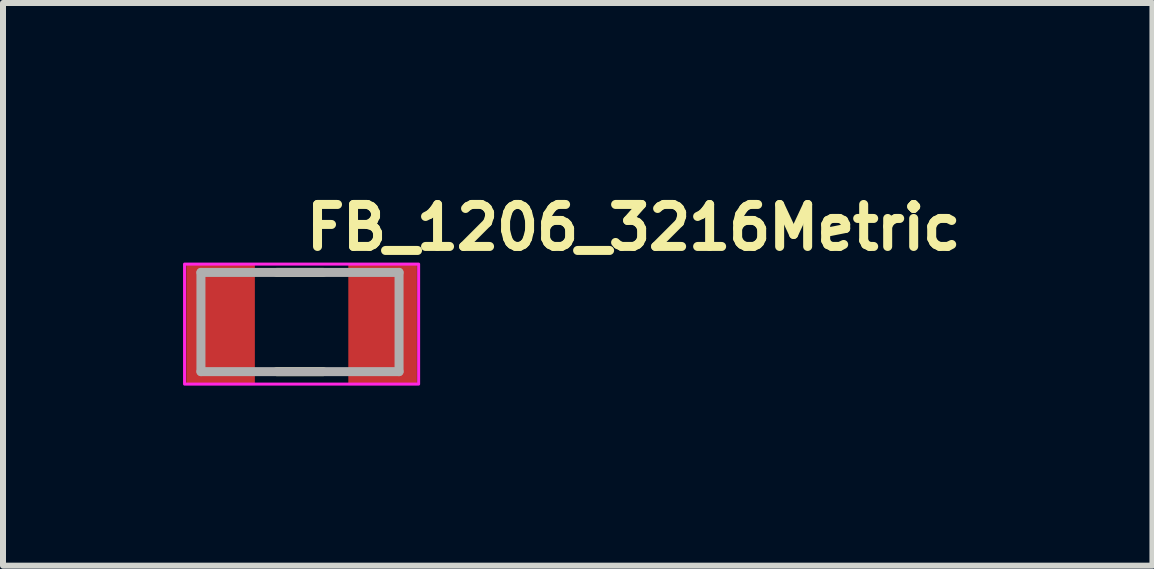
<source format=kicad_pcb>
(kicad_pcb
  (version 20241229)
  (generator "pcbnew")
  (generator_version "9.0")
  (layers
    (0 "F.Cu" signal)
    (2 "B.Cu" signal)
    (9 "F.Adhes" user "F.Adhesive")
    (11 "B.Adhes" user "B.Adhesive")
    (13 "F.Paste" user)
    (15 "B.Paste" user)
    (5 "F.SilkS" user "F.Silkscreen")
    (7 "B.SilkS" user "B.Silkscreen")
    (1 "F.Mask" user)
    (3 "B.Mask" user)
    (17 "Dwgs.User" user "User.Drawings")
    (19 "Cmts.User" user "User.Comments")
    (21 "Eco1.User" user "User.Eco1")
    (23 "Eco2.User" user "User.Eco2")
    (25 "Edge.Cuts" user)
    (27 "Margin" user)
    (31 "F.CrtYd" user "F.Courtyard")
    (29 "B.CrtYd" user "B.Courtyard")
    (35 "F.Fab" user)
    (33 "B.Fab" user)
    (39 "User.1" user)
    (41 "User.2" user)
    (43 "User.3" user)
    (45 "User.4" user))
  (footprint "FB_1206_3216Metric"
    (layer "F.Cu")
    (at 1.975 2.35)
    (property "Reference" "FB_1206_3216Metric" (at 0 -1.2 0) (layer "F.SilkS") (effects (font (size 0.7 0.7) (thickness 0.15)) (justify left bottom)))
    (attr smd)
    (fp_line (start -0.413 -0.861) (end 0.36 -0.861) (stroke (width 0.15) (type solid)) (layer "F.SilkS"))
    (fp_line (start -0.413 0.792) (end 0.36 0.792) (stroke (width 0.15) (type solid)) (layer "F.SilkS"))
    (fp_rect (start -1.95 -1) (end 1.95 1) (stroke (width 0.05) (type solid)) (fill no) (layer "F.CrtYd"))
    (fp_line (start -1.677 -0.861) (end 1.624 -0.861) (stroke (width 0.15) (type solid)) (layer "F.Fab"))
    (fp_line (start -1.677 0.792) (end -1.677 -0.861) (stroke (width 0.15) (type solid)) (layer "F.Fab"))
    (fp_line (start 1.624 -0.861) (end 1.624 0.792) (stroke (width 0.15) (type solid)) (layer "F.Fab"))
    (fp_line (start 1.624 0.792) (end -1.677 0.792) (stroke (width 0.15) (type solid)) (layer "F.Fab"))
    (fp_rect (start -1.589 -0.762) (end 1.588 0.761) (stroke (width 0.1) (type solid)) (fill no) (layer "User.5"))
    (fp_line (start -1.589 -0.762) (end -1.589 -0.653) (stroke (width 0.02) (type solid)) (layer "User.9"))
    (fp_line (start -1.589 -0.762) (end -1.578 -0.762) (stroke (width 0.02) (type solid)) (layer "User.9"))
    (fp_line (start -1.589 -0.654) (end -1.589 -0.653) (stroke (width 0.02) (type solid)) (layer "User.9"))
    (fp_line (start -1.589 -0.653) (end -1.589 -0.762) (stroke (width 0.02) (type solid)) (layer "User.9"))
    (fp_line (start -1.589 -0.653) (end -1.589 -0.653) (stroke (width 0.02) (type solid)) (layer "User.9"))
    (fp_line (start -1.589 -0.653) (end -1.589 -0.653) (stroke (width 0.02) (type solid)) (layer "User.9"))
    (fp_line (start -1.589 -0.653) (end -1.588 -0.652) (stroke (width 0.02) (type solid)) (layer "User.9"))
    (fp_line (start -1.589 -0.25) (end -1.589 -0.653) (stroke (width 0.02) (type solid)) (layer "User.9"))
    (fp_line (start -1.589 -0.25) (end -1.587 -0.252) (stroke (width 0.02) (type solid)) (layer "User.9"))
    (fp_line (start -1.589 0.249) (end -1.587 0.25) (stroke (width 0.02) (type solid)) (layer "User.9"))
    (fp_line (start -1.589 0.249) (end -1.571 0.248) (stroke (width 0.02) (type solid)) (layer "User.9"))
    (fp_line (start -1.589 0.651) (end -1.589 0.652) (stroke (width 0.02) (type solid)) (layer "User.9"))
    (fp_line (start -1.589 0.652) (end -1.589 0.249) (stroke (width 0.02) (type solid)) (layer "User.9"))
    (fp_line (start -1.589 0.652) (end -1.589 0.652) (stroke (width 0.02) (type solid)) (layer "User.9"))
    (fp_line (start -1.589 0.652) (end -1.589 0.652) (stroke (width 0.02) (type solid)) (layer "User.9"))
    (fp_line (start -1.589 0.652) (end -1.589 0.761) (stroke (width 0.02) (type solid)) (layer "User.9"))
    (fp_line (start -1.589 0.652) (end -1.588 0.653) (stroke (width 0.02) (type solid)) (layer "User.9"))
    (fp_line (start -1.589 0.652) (end -1.578 0.652) (stroke (width 0.02) (type solid)) (layer "User.9"))
    (fp_line (start -1.589 0.761) (end -1.589 0.652) (stroke (width 0.02) (type solid)) (layer "User.9"))
    (fp_line (start -1.588 -0.658) (end -1.588 -0.657) (stroke (width 0.02) (type solid)) (layer "User.9"))
    (fp_line (start -1.588 -0.657) (end -1.588 -0.657) (stroke (width 0.02) (type solid)) (layer "User.9"))
    (fp_line (start -1.588 -0.657) (end -1.588 -0.656) (stroke (width 0.02) (type solid)) (layer "User.9"))
    (fp_line (start -1.588 -0.656) (end -1.588 -0.656) (stroke (width 0.02) (type solid)) (layer "User.9"))
    (fp_line (start -1.588 -0.656) (end -1.588 -0.655) (stroke (width 0.02) (type solid)) (layer "User.9"))
    (fp_line (start -1.588 -0.655) (end -1.588 -0.655) (stroke (width 0.02) (type solid)) (layer "User.9"))
    (fp_line (start -1.588 -0.655) (end -1.588 -0.654) (stroke (width 0.02) (type solid)) (layer "User.9"))
    (fp_line (start -1.588 -0.654) (end -1.589 -0.654) (stroke (width 0.02) (type solid)) (layer "User.9"))
    (fp_line (start -1.588 -0.652) (end -1.588 -0.652) (stroke (width 0.02) (type solid)) (layer "User.9"))
    (fp_line (start -1.588 -0.652) (end -1.588 -0.651) (stroke (width 0.02) (type solid)) (layer "User.9"))
    (fp_line (start -1.588 -0.651) (end -1.588 -0.651) (stroke (width 0.02) (type solid)) (layer "User.9"))
    (fp_line (start -1.588 -0.651) (end -1.588 -0.65) (stroke (width 0.02) (type solid)) (layer "User.9"))
    (fp_line (start -1.588 -0.65) (end -1.588 -0.65) (stroke (width 0.02) (type solid)) (layer "User.9"))
    (fp_line (start -1.588 -0.65) (end -1.588 -0.649) (stroke (width 0.02) (type solid)) (layer "User.9"))
    (fp_line (start -1.588 -0.649) (end -1.588 -0.649) (stroke (width 0.02) (type solid)) (layer "User.9"))
    (fp_line (start -1.588 -0.649) (end -1.587 -0.649) (stroke (width 0.02) (type solid)) (layer "User.9"))
    (fp_line (start -1.588 0.647) (end -1.588 0.648) (stroke (width 0.02) (type solid)) (layer "User.9"))
    (fp_line (start -1.588 0.648) (end -1.588 0.648) (stroke (width 0.02) (type solid)) (layer "User.9"))
    (fp_line (start -1.588 0.648) (end -1.588 0.649) (stroke (width 0.02) (type solid)) (layer "User.9"))
    (fp_line (start -1.588 0.649) (end -1.588 0.649) (stroke (width 0.02) (type solid)) (layer "User.9"))
    (fp_line (start -1.588 0.649) (end -1.588 0.65) (stroke (width 0.02) (type solid)) (layer "User.9"))
    (fp_line (start -1.588 0.65) (end -1.588 0.65) (stroke (width 0.02) (type solid)) (layer "User.9"))
    (fp_line (start -1.588 0.65) (end -1.588 0.651) (stroke (width 0.02) (type solid)) (layer "User.9"))
    (fp_line (start -1.588 0.651) (end -1.589 0.651) (stroke (width 0.02) (type solid)) (layer "User.9"))
    (fp_line (start -1.588 0.653) (end -1.588 0.653) (stroke (width 0.02) (type solid)) (layer "User.9"))
    (fp_line (start -1.588 0.653) (end -1.588 0.654) (stroke (width 0.02) (type solid)) (layer "User.9"))
    (fp_line (start -1.588 0.654) (end -1.588 0.654) (stroke (width 0.02) (type solid)) (layer "User.9"))
    (fp_line (start -1.588 0.654) (end -1.588 0.655) (stroke (width 0.02) (type solid)) (layer "User.9"))
    (fp_line (start -1.588 0.655) (end -1.588 0.655) (stroke (width 0.02) (type solid)) (layer "User.9"))
    (fp_line (start -1.588 0.655) (end -1.588 0.656) (stroke (width 0.02) (type solid)) (layer "User.9"))
    (fp_line (start -1.588 0.656) (end -1.588 0.656) (stroke (width 0.02) (type solid)) (layer "User.9"))
    (fp_line (start -1.588 0.656) (end -1.587 0.656) (stroke (width 0.02) (type solid)) (layer "User.9"))
    (fp_line (start -1.587 -0.659) (end -1.587 -0.659) (stroke (width 0.02) (type solid)) (layer "User.9"))
    (fp_line (start -1.587 -0.659) (end -1.587 -0.658) (stroke (width 0.02) (type solid)) (layer "User.9"))
    (fp_line (start -1.587 -0.658) (end -1.588 -0.658) (stroke (width 0.02) (type solid)) (layer "User.9"))
    (fp_line (start -1.587 -0.658) (end -1.587 -0.658) (stroke (width 0.02) (type solid)) (layer "User.9"))
    (fp_line (start -1.587 -0.649) (end -1.587 -0.648) (stroke (width 0.02) (type solid)) (layer "User.9"))
    (fp_line (start -1.587 -0.648) (end -1.587 -0.648) (stroke (width 0.02) (type solid)) (layer "User.9"))
    (fp_line (start -1.587 -0.648) (end -1.587 -0.647) (stroke (width 0.02) (type solid)) (layer "User.9"))
    (fp_line (start -1.587 -0.647) (end -1.586 -0.647) (stroke (width 0.02) (type solid)) (layer "User.9"))
    (fp_line (start -1.587 -0.252) (end -1.589 -0.25) (stroke (width 0.02) (type solid)) (layer "User.9"))
    (fp_line (start -1.587 -0.252) (end -1.585 -0.254) (stroke (width 0.02) (type solid)) (layer "User.9"))
    (fp_line (start -1.587 0.25) (end -1.589 0.249) (stroke (width 0.02) (type solid)) (layer "User.9"))
    (fp_line (start -1.587 0.25) (end -1.585 0.252) (stroke (width 0.02) (type solid)) (layer "User.9"))
    (fp_line (start -1.587 0.646) (end -1.587 0.646) (stroke (width 0.02) (type solid)) (layer "User.9"))
    (fp_line (start -1.587 0.646) (end -1.587 0.647) (stroke (width 0.02) (type solid)) (layer "User.9"))
    (fp_line (start -1.587 0.647) (end -1.588 0.647) (stroke (width 0.02) (type solid)) (layer "User.9"))
    (fp_line (start -1.587 0.647) (end -1.587 0.647) (stroke (width 0.02) (type solid)) (layer "User.9"))
    (fp_line (start -1.587 0.656) (end -1.587 0.657) (stroke (width 0.02) (type solid)) (layer "User.9"))
    (fp_line (start -1.587 0.657) (end -1.587 0.657) (stroke (width 0.02) (type solid)) (layer "User.9"))
    (fp_line (start -1.587 0.657) (end -1.587 0.658) (stroke (width 0.02) (type solid)) (layer "User.9"))
    (fp_line (start -1.587 0.658) (end -1.586 0.658) (stroke (width 0.02) (type solid)) (layer "User.9"))
    (fp_line (start -1.586 -0.66) (end -1.587 -0.659) (stroke (width 0.02) (type solid)) (layer "User.9"))
    (fp_line (start -1.586 -0.66) (end -1.586 -0.66) (stroke (width 0.02) (type solid)) (layer "User.9"))
    (fp_line (start -1.586 -0.66) (end -1.586 -0.66) (stroke (width 0.02) (type solid)) (layer "User.9"))
    (fp_line (start -1.586 -0.647) (end -1.586 -0.647) (stroke (width 0.02) (type solid)) (layer "User.9"))
    (fp_line (start -1.586 -0.647) (end -1.586 -0.646) (stroke (width 0.02) (type solid)) (layer "User.9"))
    (fp_line (start -1.586 -0.646) (end -1.585 -0.646) (stroke (width 0.02) (type solid)) (layer "User.9"))
    (fp_line (start -1.586 0.645) (end -1.587 0.646) (stroke (width 0.02) (type solid)) (layer "User.9"))
    (fp_line (start -1.586 0.645) (end -1.586 0.645) (stroke (width 0.02) (type solid)) (layer "User.9"))
    (fp_line (start -1.586 0.645) (end -1.586 0.645) (stroke (width 0.02) (type solid)) (layer "User.9"))
    (fp_line (start -1.586 0.658) (end -1.586 0.658) (stroke (width 0.02) (type solid)) (layer "User.9"))
    (fp_line (start -1.586 0.658) (end -1.586 0.659) (stroke (width 0.02) (type solid)) (layer "User.9"))
    (fp_line (start -1.586 0.659) (end -1.585 0.659) (stroke (width 0.02) (type solid)) (layer "User.9"))
    (fp_line (start -1.585 -0.661) (end -1.586 -0.66) (stroke (width 0.02) (type solid)) (layer "User.9"))
    (fp_line (start -1.585 -0.661) (end -1.585 -0.661) (stroke (width 0.02) (type solid)) (layer "User.9"))
    (fp_line (start -1.585 -0.661) (end -1.585 -0.661) (stroke (width 0.02) (type solid)) (layer "User.9"))
    (fp_line (start -1.585 -0.646) (end -1.585 -0.646) (stroke (width 0.02) (type solid)) (layer "User.9"))
    (fp_line (start -1.585 -0.646) (end -1.585 -0.645) (stroke (width 0.02) (type solid)) (layer "User.9"))
    (fp_line (start -1.585 -0.645) (end -1.583 -0.645) (stroke (width 0.02) (type solid)) (layer "User.9"))
    (fp_line (start -1.585 -0.254) (end -1.587 -0.252) (stroke (width 0.02) (type solid)) (layer "User.9"))
    (fp_line (start -1.585 -0.254) (end -1.581 -0.258) (stroke (width 0.02) (type solid)) (layer "User.9"))
    (fp_line (start -1.585 0.252) (end -1.587 0.25) (stroke (width 0.02) (type solid)) (layer "User.9"))
    (fp_line (start -1.585 0.252) (end -1.581 0.254) (stroke (width 0.02) (type solid)) (layer "User.9"))
    (fp_line (start -1.585 0.644) (end -1.586 0.645) (stroke (width 0.02) (type solid)) (layer "User.9"))
    (fp_line (start -1.585 0.644) (end -1.585 0.644) (stroke (width 0.02) (type solid)) (layer "User.9"))
    (fp_line (start -1.585 0.644) (end -1.585 0.644) (stroke (width 0.02) (type solid)) (layer "User.9"))
    (fp_line (start -1.585 0.659) (end -1.585 0.659) (stroke (width 0.02) (type solid)) (layer "User.9"))
    (fp_line (start -1.585 0.659) (end -1.585 0.66) (stroke (width 0.02) (type solid)) (layer "User.9"))
    (fp_line (start -1.585 0.66) (end -1.583 0.66) (stroke (width 0.02) (type solid)) (layer "User.9"))
    (fp_line (start -1.583 -0.662) (end -1.585 -0.661) (stroke (width 0.02) (type solid)) (layer "User.9"))
    (fp_line (start -1.583 -0.662) (end -1.583 -0.662) (stroke (width 0.02) (type solid)) (layer "User.9"))
    (fp_line (start -1.583 -0.645) (end -1.583 -0.645) (stroke (width 0.02) (type solid)) (layer "User.9"))
    (fp_line (start -1.583 -0.645) (end -1.582 -0.645) (stroke (width 0.02) (type solid)) (layer "User.9"))
    (fp_line (start -1.583 0.643) (end -1.585 0.644) (stroke (width 0.02) (type solid)) (layer "User.9"))
    (fp_line (start -1.583 0.643) (end -1.583 0.643) (stroke (width 0.02) (type solid)) (layer "User.9"))
    (fp_line (start -1.583 0.66) (end -1.583 0.66) (stroke (width 0.02) (type solid)) (layer "User.9"))
    (fp_line (start -1.583 0.66) (end -1.582 0.66) (stroke (width 0.02) (type solid)) (layer "User.9"))
    (fp_line (start -1.582 -0.662) (end -1.583 -0.662) (stroke (width 0.02) (type solid)) (layer "User.9"))
    (fp_line (start -1.582 -0.662) (end -1.582 -0.662) (stroke (width 0.02) (type solid)) (layer "User.9"))
    (fp_line (start -1.582 -0.645) (end -1.582 -0.644) (stroke (width 0.02) (type solid)) (layer "User.9"))
    (fp_line (start -1.582 -0.644) (end -1.581 -0.644) (stroke (width 0.02) (type solid)) (layer "User.9"))
    (fp_line (start -1.582 0.643) (end -1.583 0.643) (stroke (width 0.02) (type solid)) (layer "User.9"))
    (fp_line (start -1.582 0.643) (end -1.582 0.643) (stroke (width 0.02) (type solid)) (layer "User.9"))
    (fp_line (start -1.582 0.66) (end -1.582 0.661) (stroke (width 0.02) (type solid)) (layer "User.9"))
    (fp_line (start -1.582 0.661) (end -1.581 0.661) (stroke (width 0.02) (type solid)) (layer "User.9"))
    (fp_line (start -1.581 -0.663) (end -1.582 -0.662) (stroke (width 0.02) (type solid)) (layer "User.9"))
    (fp_line (start -1.581 -0.663) (end -1.581 -0.663) (stroke (width 0.02) (type solid)) (layer "User.9"))
    (fp_line (start -1.581 -0.663) (end -1.581 -0.663) (stroke (width 0.02) (type solid)) (layer "User.9"))
    (fp_line (start -1.581 -0.644) (end -1.581 -0.644) (stroke (width 0.02) (type solid)) (layer "User.9"))
    (fp_line (start -1.581 -0.644) (end -1.581 -0.644) (stroke (width 0.02) (type solid)) (layer "User.9"))
    (fp_line (start -1.581 -0.644) (end -1.58 -0.644) (stroke (width 0.02) (type solid)) (layer "User.9"))
    (fp_line (start -1.581 -0.258) (end -1.578 -0.262) (stroke (width 0.02) (type solid)) (layer "User.9"))
    (fp_line (start -1.581 0.254) (end -1.578 0.258) (stroke (width 0.02) (type solid)) (layer "User.9"))
    (fp_line (start -1.581 0.642) (end -1.582 0.643) (stroke (width 0.02) (type solid)) (layer "User.9"))
    (fp_line (start -1.581 0.642) (end -1.581 0.642) (stroke (width 0.02) (type solid)) (layer "User.9"))
    (fp_line (start -1.581 0.642) (end -1.581 0.642) (stroke (width 0.02) (type solid)) (layer "User.9"))
    (fp_line (start -1.581 0.661) (end -1.581 0.661) (stroke (width 0.02) (type solid)) (layer "User.9"))
    (fp_line (start -1.581 0.661) (end -1.581 0.661) (stroke (width 0.02) (type solid)) (layer "User.9"))
    (fp_line (start -1.581 0.661) (end -1.58 0.661) (stroke (width 0.02) (type solid)) (layer "User.9"))
    (fp_line (start -1.58 -0.663) (end -1.581 -0.663) (stroke (width 0.02) (type solid)) (layer "User.9"))
    (fp_line (start -1.58 -0.663) (end -1.58 -0.663) (stroke (width 0.02) (type solid)) (layer "User.9"))
    (fp_line (start -1.58 -0.644) (end -1.58 -0.644) (stroke (width 0.02) (type solid)) (layer "User.9"))
    (fp_line (start -1.58 -0.644) (end -1.579 -0.643) (stroke (width 0.02) (type solid)) (layer "User.9"))
    (fp_line (start -1.58 0.642) (end -1.581 0.642) (stroke (width 0.02) (type solid)) (layer "User.9"))
    (fp_line (start -1.58 0.642) (end -1.58 0.642) (stroke (width 0.02) (type solid)) (layer "User.9"))
    (fp_line (start -1.58 0.661) (end -1.58 0.661) (stroke (width 0.02) (type solid)) (layer "User.9"))
    (fp_line (start -1.58 0.661) (end -1.579 0.662) (stroke (width 0.02) (type solid)) (layer "User.9"))
    (fp_line (start -1.579 -0.663) (end -1.58 -0.663) (stroke (width 0.02) (type solid)) (layer "User.9"))
    (fp_line (start -1.579 -0.663) (end -1.579 -0.663) (stroke (width 0.02) (type solid)) (layer "User.9"))
    (fp_line (start -1.579 -0.643) (end -1.579 -0.643) (stroke (width 0.02) (type solid)) (layer "User.9"))
    (fp_line (start -1.579 -0.643) (end -1.578 -0.643) (stroke (width 0.02) (type solid)) (layer "User.9"))
    (fp_line (start -1.579 -0.25) (end -1.589 -0.25) (stroke (width 0.02) (type solid)) (layer "User.9"))
    (fp_line (start -1.579 0.642) (end -1.58 0.642) (stroke (width 0.02) (type solid)) (layer "User.9"))
    (fp_line (start -1.579 0.642) (end -1.579 0.642) (stroke (width 0.02) (type solid)) (layer "User.9"))
    (fp_line (start -1.579 0.662) (end -1.579 0.662) (stroke (width 0.02) (type solid)) (layer "User.9"))
    (fp_line (start -1.579 0.662) (end -1.578 0.662) (stroke (width 0.02) (type solid)) (layer "User.9"))
    (fp_line (start -1.578 -0.762) (end -1.538 -0.762) (stroke (width 0.02) (type solid)) (layer "User.9"))
    (fp_line (start -1.578 -0.663) (end -1.579 -0.663) (stroke (width 0.02) (type solid)) (layer "User.9"))
    (fp_line (start -1.578 -0.663) (end -1.578 -0.663) (stroke (width 0.02) (type solid)) (layer "User.9"))
    (fp_line (start -1.578 -0.663) (end -1.578 -0.663) (stroke (width 0.02) (type solid)) (layer "User.9"))
    (fp_line (start -1.578 -0.663) (end -1.578 -0.653) (stroke (width 0.02) (type solid)) (layer "User.9"))
    (fp_line (start -1.578 -0.663) (end -0.929 -0.663) (stroke (width 0.02) (type solid)) (layer "User.9"))
    (fp_line (start -1.578 -0.653) (end -1.589 -0.653) (stroke (width 0.02) (type solid)) (layer "User.9"))
    (fp_line (start -1.578 -0.643) (end -1.578 -0.643) (stroke (width 0.02) (type solid)) (layer "User.9"))
    (fp_line (start -1.578 -0.643) (end -1.578 -0.643) (stroke (width 0.02) (type solid)) (layer "User.9"))
    (fp_line (start -1.578 -0.643) (end -1.577 -0.643) (stroke (width 0.02) (type solid)) (layer "User.9"))
    (fp_line (start -1.578 -0.262) (end -1.585 -0.254) (stroke (width 0.02) (type solid)) (layer "User.9"))
    (fp_line (start -1.578 0.258) (end -1.585 0.252) (stroke (width 0.02) (type solid)) (layer "User.9"))
    (fp_line (start -1.578 0.642) (end -1.579 0.642) (stroke (width 0.02) (type solid)) (layer "User.9"))
    (fp_line (start -1.578 0.642) (end -1.578 0.642) (stroke (width 0.02) (type solid)) (layer "User.9"))
    (fp_line (start -1.578 0.642) (end -1.578 0.642) (stroke (width 0.02) (type solid)) (layer "User.9"))
    (fp_line (start -1.578 0.652) (end -1.578 0.662) (stroke (width 0.02) (type solid)) (layer "User.9"))
    (fp_line (start -1.578 0.662) (end -1.578 0.662) (stroke (width 0.02) (type solid)) (layer "User.9"))
    (fp_line (start -1.578 0.662) (end -1.578 0.662) (stroke (width 0.02) (type solid)) (layer "User.9"))
    (fp_line (start -1.578 0.662) (end -1.577 0.662) (stroke (width 0.02) (type solid)) (layer "User.9"))
    (fp_line (start -1.578 0.761) (end -1.589 0.761) (stroke (width 0.02) (type solid)) (layer "User.9"))
    (fp_line (start -1.577 -0.663) (end -1.578 -0.663) (stroke (width 0.02) (type solid)) (layer "User.9"))
    (fp_line (start -1.577 -0.663) (end -1.577 -0.663) (stroke (width 0.02) (type solid)) (layer "User.9"))
    (fp_line (start -1.577 -0.643) (end -1.577 -0.643) (stroke (width 0.02) (type solid)) (layer "User.9"))
    (fp_line (start -1.577 -0.643) (end -1.576 -0.643) (stroke (width 0.02) (type solid)) (layer "User.9"))
    (fp_line (start -1.577 0.642) (end -1.578 0.642) (stroke (width 0.02) (type solid)) (layer "User.9"))
    (fp_line (start -1.577 0.642) (end -1.577 0.642) (stroke (width 0.02) (type solid)) (layer "User.9"))
    (fp_line (start -1.577 0.662) (end -1.577 0.662) (stroke (width 0.02) (type solid)) (layer "User.9"))
    (fp_line (start -1.577 0.662) (end -1.576 0.662) (stroke (width 0.02) (type solid)) (layer "User.9"))
    (fp_line (start -1.576 -0.663) (end -1.577 -0.663) (stroke (width 0.02) (type solid)) (layer "User.9"))
    (fp_line (start -1.576 -0.663) (end -1.576 -0.663) (stroke (width 0.02) (type solid)) (layer "User.9"))
    (fp_line (start -1.576 -0.644) (end -1.575 -0.644) (stroke (width 0.02) (type solid)) (layer "User.9"))
    (fp_line (start -1.576 -0.643) (end -1.576 -0.644) (stroke (width 0.02) (type solid)) (layer "User.9"))
    (fp_line (start -1.576 0.642) (end -1.577 0.642) (stroke (width 0.02) (type solid)) (layer "User.9"))
    (fp_line (start -1.576 0.642) (end -1.576 0.642) (stroke (width 0.02) (type solid)) (layer "User.9"))
    (fp_line (start -1.576 0.661) (end -1.575 0.661) (stroke (width 0.02) (type solid)) (layer "User.9"))
    (fp_line (start -1.576 0.662) (end -1.576 0.661) (stroke (width 0.02) (type solid)) (layer "User.9"))
    (fp_line (start -1.575 -0.663) (end -1.576 -0.663) (stroke (width 0.02) (type solid)) (layer "User.9"))
    (fp_line (start -1.575 -0.663) (end -1.575 -0.663) (stroke (width 0.02) (type solid)) (layer "User.9"))
    (fp_line (start -1.575 -0.644) (end -1.575 -0.644) (stroke (width 0.02) (type solid)) (layer "User.9"))
    (fp_line (start -1.575 -0.644) (end -1.574 -0.644) (stroke (width 0.02) (type solid)) (layer "User.9"))
    (fp_line (start -1.575 0.642) (end -1.576 0.642) (stroke (width 0.02) (type solid)) (layer "User.9"))
    (fp_line (start -1.575 0.642) (end -1.575 0.642) (stroke (width 0.02) (type solid)) (layer "User.9"))
    (fp_line (start -1.575 0.661) (end -1.575 0.661) (stroke (width 0.02) (type solid)) (layer "User.9"))
    (fp_line (start -1.575 0.661) (end -1.574 0.661) (stroke (width 0.02) (type solid)) (layer "User.9"))
    (fp_line (start -1.574 -0.663) (end -1.575 -0.663) (stroke (width 0.02) (type solid)) (layer "User.9"))
    (fp_line (start -1.574 -0.663) (end -1.574 -0.663) (stroke (width 0.02) (type solid)) (layer "User.9"))
    (fp_line (start -1.574 -0.644) (end -1.574 -0.644) (stroke (width 0.02) (type solid)) (layer "User.9"))
    (fp_line (start -1.574 -0.644) (end -1.573 -0.644) (stroke (width 0.02) (type solid)) (layer "User.9"))
    (fp_line (start -1.574 0.642) (end -1.575 0.642) (stroke (width 0.02) (type solid)) (layer "User.9"))
    (fp_line (start -1.574 0.642) (end -1.574 0.642) (stroke (width 0.02) (type solid)) (layer "User.9"))
    (fp_line (start -1.574 0.661) (end -1.574 0.661) (stroke (width 0.02) (type solid)) (layer "User.9"))
    (fp_line (start -1.574 0.661) (end -1.573 0.661) (stroke (width 0.02) (type solid)) (layer "User.9"))
    (fp_line (start -1.573 -0.662) (end -1.574 -0.663) (stroke (width 0.02) (type solid)) (layer "User.9"))
    (fp_line (start -1.573 -0.662) (end -1.573 -0.662) (stroke (width 0.02) (type solid)) (layer "User.9"))
    (fp_line (start -1.573 -0.645) (end -1.572 -0.645) (stroke (width 0.02) (type solid)) (layer "User.9"))
    (fp_line (start -1.573 -0.644) (end -1.573 -0.645) (stroke (width 0.02) (type solid)) (layer "User.9"))
    (fp_line (start -1.573 0.643) (end -1.574 0.642) (stroke (width 0.02) (type solid)) (layer "User.9"))
    (fp_line (start -1.573 0.643) (end -1.573 0.643) (stroke (width 0.02) (type solid)) (layer "User.9"))
    (fp_line (start -1.573 0.66) (end -1.572 0.66) (stroke (width 0.02) (type solid)) (layer "User.9"))
    (fp_line (start -1.573 0.661) (end -1.573 0.66) (stroke (width 0.02) (type solid)) (layer "User.9"))
    (fp_line (start -1.572 -0.662) (end -1.573 -0.662) (stroke (width 0.02) (type solid)) (layer "User.9"))
    (fp_line (start -1.572 -0.662) (end -1.572 -0.662) (stroke (width 0.02) (type solid)) (layer "User.9"))
    (fp_line (start -1.572 -0.661) (end -1.572 -0.662) (stroke (width 0.02) (type solid)) (layer "User.9"))
    (fp_line (start -1.572 -0.645) (end -1.572 -0.645) (stroke (width 0.02) (type solid)) (layer "User.9"))
    (fp_line (start -1.572 -0.645) (end -1.572 -0.645) (stroke (width 0.02) (type solid)) (layer "User.9"))
    (fp_line (start -1.572 -0.645) (end -1.571 -0.646) (stroke (width 0.02) (type solid)) (layer "User.9"))
    (fp_line (start -1.572 0.643) (end -1.573 0.643) (stroke (width 0.02) (type solid)) (layer "User.9"))
    (fp_line (start -1.572 0.643) (end -1.572 0.643) (stroke (width 0.02) (type solid)) (layer "User.9"))
    (fp_line (start -1.572 0.644) (end -1.572 0.643) (stroke (width 0.02) (type solid)) (layer "User.9"))
    (fp_line (start -1.572 0.66) (end -1.572 0.66) (stroke (width 0.02) (type solid)) (layer "User.9"))
    (fp_line (start -1.572 0.66) (end -1.572 0.66) (stroke (width 0.02) (type solid)) (layer "User.9"))
    (fp_line (start -1.572 0.66) (end -1.571 0.659) (stroke (width 0.02) (type solid)) (layer "User.9"))
    (fp_line (start -1.571 -0.661) (end -1.572 -0.661) (stroke (width 0.02) (type solid)) (layer "User.9"))
    (fp_line (start -1.571 -0.661) (end -1.571 -0.661) (stroke (width 0.02) (type solid)) (layer "User.9"))
    (fp_line (start -1.571 -0.646) (end -1.571 -0.646) (stroke (width 0.02) (type solid)) (layer "User.9"))
    (fp_line (start -1.571 -0.646) (end -1.57 -0.646) (stroke (width 0.02) (type solid)) (layer "User.9"))
    (fp_line (start -1.571 -0.25) (end -1.579 -0.25) (stroke (width 0.02) (type solid)) (layer "User.9"))
    (fp_line (start -1.571 0.248) (end -1.555 0.247) (stroke (width 0.02) (type solid)) (layer "User.9"))
    (fp_line (start -1.571 0.644) (end -1.572 0.644) (stroke (width 0.02) (type solid)) (layer "User.9"))
    (fp_line (start -1.571 0.644) (end -1.571 0.644) (stroke (width 0.02) (type solid)) (layer "User.9"))
    (fp_line (start -1.571 0.659) (end -1.571 0.659) (stroke (width 0.02) (type solid)) (layer "User.9"))
    (fp_line (start -1.571 0.659) (end -1.57 0.659) (stroke (width 0.02) (type solid)) (layer "User.9"))
    (fp_line (start -1.57 -0.66) (end -1.571 -0.661) (stroke (width 0.02) (type solid)) (layer "User.9"))
    (fp_line (start -1.57 -0.66) (end -1.57 -0.66) (stroke (width 0.02) (type solid)) (layer "User.9"))
    (fp_line (start -1.57 -0.66) (end -1.57 -0.66) (stroke (width 0.02) (type solid)) (layer "User.9"))
    (fp_line (start -1.57 -0.659) (end -1.57 -0.66) (stroke (width 0.02) (type solid)) (layer "User.9"))
    (fp_line (start -1.57 -0.647) (end -1.57 -0.647) (stroke (width 0.02) (type solid)) (layer "User.9"))
    (fp_line (start -1.57 -0.647) (end -1.57 -0.647) (stroke (width 0.02) (type solid)) (layer "User.9"))
    (fp_line (start -1.57 -0.647) (end -1.569 -0.648) (stroke (width 0.02) (type solid)) (layer "User.9"))
    (fp_line (start -1.57 -0.646) (end -1.57 -0.647) (stroke (width 0.02) (type solid)) (layer "User.9"))
    (fp_line (start -1.57 0.645) (end -1.571 0.644) (stroke (width 0.02) (type solid)) (layer "User.9"))
    (fp_line (start -1.57 0.645) (end -1.57 0.645) (stroke (width 0.02) (type solid)) (layer "User.9"))
    (fp_line (start -1.57 0.645) (end -1.57 0.645) (stroke (width 0.02) (type solid)) (layer "User.9"))
    (fp_line (start -1.57 0.646) (end -1.57 0.645) (stroke (width 0.02) (type solid)) (layer "User.9"))
    (fp_line (start -1.57 0.658) (end -1.57 0.658) (stroke (width 0.02) (type solid)) (layer "User.9"))
    (fp_line (start -1.57 0.658) (end -1.57 0.658) (stroke (width 0.02) (type solid)) (layer "User.9"))
    (fp_line (start -1.57 0.658) (end -1.569 0.657) (stroke (width 0.02) (type solid)) (layer "User.9"))
    (fp_line (start -1.57 0.659) (end -1.57 0.658) (stroke (width 0.02) (type solid)) (layer "User.9"))
    (fp_line (start -1.569 -0.659) (end -1.57 -0.659) (stroke (width 0.02) (type solid)) (layer "User.9"))
    (fp_line (start -1.569 -0.658) (end -1.569 -0.659) (stroke (width 0.02) (type solid)) (layer "User.9"))
    (fp_line (start -1.569 -0.658) (end -1.569 -0.658) (stroke (width 0.02) (type solid)) (layer "User.9"))
    (fp_line (start -1.569 -0.658) (end -1.569 -0.658) (stroke (width 0.02) (type solid)) (layer "User.9"))
    (fp_line (start -1.569 -0.649) (end -1.569 -0.649) (stroke (width 0.02) (type solid)) (layer "User.9"))
    (fp_line (start -1.569 -0.649) (end -1.568 -0.649) (stroke (width 0.02) (type solid)) (layer "User.9"))
    (fp_line (start -1.569 -0.648) (end -1.569 -0.649) (stroke (width 0.02) (type solid)) (layer "User.9"))
    (fp_line (start -1.569 -0.648) (end -1.569 -0.648) (stroke (width 0.02) (type solid)) (layer "User.9"))
    (fp_line (start -1.569 0.646) (end -1.57 0.646) (stroke (width 0.02) (type solid)) (layer "User.9"))
    (fp_line (start -1.569 0.647) (end -1.569 0.646) (stroke (width 0.02) (type solid)) (layer "User.9"))
    (fp_line (start -1.569 0.647) (end -1.569 0.647) (stroke (width 0.02) (type solid)) (layer "User.9"))
    (fp_line (start -1.569 0.647) (end -1.569 0.647) (stroke (width 0.02) (type solid)) (layer "User.9"))
    (fp_line (start -1.569 0.656) (end -1.569 0.656) (stroke (width 0.02) (type solid)) (layer "User.9"))
    (fp_line (start -1.569 0.656) (end -1.568 0.656) (stroke (width 0.02) (type solid)) (layer "User.9"))
    (fp_line (start -1.569 0.657) (end -1.569 0.656) (stroke (width 0.02) (type solid)) (layer "User.9"))
    (fp_line (start -1.569 0.657) (end -1.569 0.657) (stroke (width 0.02) (type solid)) (layer "User.9"))
    (fp_line (start -1.568 -0.657) (end -1.569 -0.658) (stroke (width 0.02) (type solid)) (layer "User.9"))
    (fp_line (start -1.568 -0.657) (end -1.568 -0.657) (stroke (width 0.02) (type solid)) (layer "User.9"))
    (fp_line (start -1.568 -0.656) (end -1.568 -0.657) (stroke (width 0.02) (type solid)) (layer "User.9"))
    (fp_line (start -1.568 -0.656) (end -1.568 -0.656) (stroke (width 0.02) (type solid)) (layer "User.9"))
    (fp_line (start -1.568 -0.655) (end -1.568 -0.656) (stroke (width 0.02) (type solid)) (layer "User.9"))
    (fp_line (start -1.568 -0.655) (end -1.568 -0.655) (stroke (width 0.02) (type solid)) (layer "User.9"))
    (fp_line (start -1.568 -0.654) (end -1.568 -0.655) (stroke (width 0.02) (type solid)) (layer "User.9"))
    (fp_line (start -1.568 -0.654) (end -1.568 -0.654) (stroke (width 0.02) (type solid)) (layer "User.9"))
    (fp_line (start -1.568 -0.653) (end -1.568 -0.654) (stroke (width 0.02) (type solid)) (layer "User.9"))
    (fp_line (start -1.568 -0.653) (end -1.568 -0.653) (stroke (width 0.02) (type solid)) (layer "User.9"))
    (fp_line (start -1.568 -0.653) (end -1.568 -0.653) (stroke (width 0.02) (type solid)) (layer "User.9"))
    (fp_line (start -1.568 -0.653) (end -1.568 -0.653) (stroke (width 0.02) (type solid)) (layer "User.9"))
    (fp_line (start -1.568 -0.652) (end -1.568 -0.653) (stroke (width 0.02) (type solid)) (layer "User.9"))
    (fp_line (start -1.568 -0.652) (end -1.568 -0.652) (stroke (width 0.02) (type solid)) (layer "User.9"))
    (fp_line (start -1.568 -0.651) (end -1.568 -0.652) (stroke (width 0.02) (type solid)) (layer "User.9"))
    (fp_line (start -1.568 -0.651) (end -1.568 -0.651) (stroke (width 0.02) (type solid)) (layer "User.9"))
    (fp_line (start -1.568 -0.65) (end -1.568 -0.651) (stroke (width 0.02) (type solid)) (layer "User.9"))
    (fp_line (start -1.568 -0.65) (end -1.568 -0.65) (stroke (width 0.02) (type solid)) (layer "User.9"))
    (fp_line (start -1.568 -0.649) (end -1.568 -0.65) (stroke (width 0.02) (type solid)) (layer "User.9"))
    (fp_line (start -1.568 0.648) (end -1.569 0.647) (stroke (width 0.02) (type solid)) (layer "User.9"))
    (fp_line (start -1.568 0.648) (end -1.568 0.648) (stroke (width 0.02) (type solid)) (layer "User.9"))
    (fp_line (start -1.568 0.649) (end -1.568 0.648) (stroke (width 0.02) (type solid)) (layer "User.9"))
    (fp_line (start -1.568 0.649) (end -1.568 0.649) (stroke (width 0.02) (type solid)) (layer "User.9"))
    (fp_line (start -1.568 0.65) (end -1.568 0.649) (stroke (width 0.02) (type solid)) (layer "User.9"))
    (fp_line (start -1.568 0.65) (end -1.568 0.65) (stroke (width 0.02) (type solid)) (layer "User.9"))
    (fp_line (start -1.568 0.651) (end -1.568 0.65) (stroke (width 0.02) (type solid)) (layer "User.9"))
    (fp_line (start -1.568 0.651) (end -1.568 0.651) (stroke (width 0.02) (type solid)) (layer "User.9"))
    (fp_line (start -1.568 0.652) (end -1.568 0.651) (stroke (width 0.02) (type solid)) (layer "User.9"))
    (fp_line (start -1.568 0.652) (end -1.568 0.652) (stroke (width 0.02) (type solid)) (layer "User.9"))
    (fp_line (start -1.568 0.652) (end -1.568 0.652) (stroke (width 0.02) (type solid)) (layer "User.9"))
    (fp_line (start -1.568 0.652) (end -1.568 0.652) (stroke (width 0.02) (type solid)) (layer "User.9"))
    (fp_line (start -1.568 0.653) (end -1.568 0.652) (stroke (width 0.02) (type solid)) (layer "User.9"))
    (fp_line (start -1.568 0.653) (end -1.568 0.653) (stroke (width 0.02) (type solid)) (layer "User.9"))
    (fp_line (start -1.568 0.654) (end -1.568 0.653) (stroke (width 0.02) (type solid)) (layer "User.9"))
    (fp_line (start -1.568 0.654) (end -1.568 0.654) (stroke (width 0.02) (type solid)) (layer "User.9"))
    (fp_line (start -1.568 0.655) (end -1.568 0.654) (stroke (width 0.02) (type solid)) (layer "User.9"))
    (fp_line (start -1.568 0.655) (end -1.568 0.655) (stroke (width 0.02) (type solid)) (layer "User.9"))
    (fp_line (start -1.568 0.656) (end -1.568 0.655) (stroke (width 0.02) (type solid)) (layer "User.9"))
    (fp_line (start -1.564 -0.25) (end -1.571 -0.25) (stroke (width 0.02) (type solid)) (layer "User.9"))
    (fp_line (start -1.555 -0.249) (end -1.564 -0.25) (stroke (width 0.02) (type solid)) (layer "User.9"))
    (fp_line (start -1.555 0.247) (end -1.538 0.244) (stroke (width 0.02) (type solid)) (layer "User.9"))
    (fp_line (start -1.546 -0.248) (end -1.555 -0.249) (stroke (width 0.02) (type solid)) (layer "User.9"))
    (fp_line (start -1.538 -0.762) (end -1.538 -0.663) (stroke (width 0.02) (type solid)) (layer "User.9"))
    (fp_line (start -1.538 -0.762) (end -1.538 -0.663) (stroke (width 0.02) (type solid)) (layer "User.9"))
    (fp_line (start -1.538 -0.246) (end -1.546 -0.248) (stroke (width 0.02) (type solid)) (layer "User.9"))
    (fp_line (start -1.538 0.244) (end -1.522 0.24) (stroke (width 0.02) (type solid)) (layer "User.9"))
    (fp_line (start -1.538 0.662) (end -1.538 0.761) (stroke (width 0.02) (type solid)) (layer "User.9"))
    (fp_line (start -1.538 0.662) (end -1.538 0.761) (stroke (width 0.02) (type solid)) (layer "User.9"))
    (fp_line (start -1.538 0.761) (end -1.578 0.761) (stroke (width 0.02) (type solid)) (layer "User.9"))
    (fp_line (start -1.538 0.761) (end 1.536 0.761) (stroke (width 0.02) (type solid)) (layer "User.9"))
    (fp_line (start -1.53 -0.245) (end -1.538 -0.246) (stroke (width 0.02) (type solid)) (layer "User.9"))
    (fp_line (start -1.522 -0.243) (end -1.53 -0.245) (stroke (width 0.02) (type solid)) (layer "User.9"))
    (fp_line (start -1.522 0.24) (end -1.506 0.235) (stroke (width 0.02) (type solid)) (layer "User.9"))
    (fp_line (start -1.514 -0.241) (end -1.522 -0.243) (stroke (width 0.02) (type solid)) (layer "User.9"))
    (fp_line (start -1.506 -0.239) (end -1.514 -0.241) (stroke (width 0.02) (type solid)) (layer "User.9"))
    (fp_line (start -1.506 0.235) (end -1.492 0.23) (stroke (width 0.02) (type solid)) (layer "User.9"))
    (fp_line (start -1.5 -0.236) (end -1.506 -0.239) (stroke (width 0.02) (type solid)) (layer "User.9"))
    (fp_line (start -1.492 -0.233) (end -1.5 -0.236) (stroke (width 0.02) (type solid)) (layer "User.9"))
    (fp_line (start -1.492 0.23) (end -1.478 0.223) (stroke (width 0.02) (type solid)) (layer "User.9"))
    (fp_line (start -1.484 -0.23) (end -1.492 -0.233) (stroke (width 0.02) (type solid)) (layer "User.9"))
    (fp_line (start -1.478 -0.225) (end -1.484 -0.23) (stroke (width 0.02) (type solid)) (layer "User.9"))
    (fp_line (start -1.478 0.223) (end -1.464 0.214) (stroke (width 0.02) (type solid)) (layer "User.9"))
    (fp_line (start -1.47 -0.222) (end -1.478 -0.225) (stroke (width 0.02) (type solid)) (layer "User.9"))
    (fp_line (start -1.464 -0.218) (end -1.47 -0.222) (stroke (width 0.02) (type solid)) (layer "User.9"))
    (fp_line (start -1.464 0.214) (end -1.449 0.206) (stroke (width 0.02) (type solid)) (layer "User.9"))
    (fp_line (start -1.457 -0.214) (end -1.464 -0.218) (stroke (width 0.02) (type solid)) (layer "User.9"))
    (fp_line (start -1.449 -0.21) (end -1.457 -0.214) (stroke (width 0.02) (type solid)) (layer "User.9"))
    (fp_line (start -1.449 0.206) (end -1.436 0.197) (stroke (width 0.02) (type solid)) (layer "User.9"))
    (fp_line (start -1.443 -0.206) (end -1.449 -0.21) (stroke (width 0.02) (type solid)) (layer "User.9"))
    (fp_line (start -1.436 -0.201) (end -1.443 -0.206) (stroke (width 0.02) (type solid)) (layer "User.9"))
    (fp_line (start -1.436 0.197) (end -1.423 0.186) (stroke (width 0.02) (type solid)) (layer "User.9"))
    (fp_line (start -1.43 -0.196) (end -1.436 -0.201) (stroke (width 0.02) (type solid)) (layer "User.9"))
    (fp_line (start -1.423 -0.19) (end -1.43 -0.196) (stroke (width 0.02) (type solid)) (layer "User.9"))
    (fp_line (start -1.423 0.186) (end -1.412 0.175) (stroke (width 0.02) (type solid)) (layer "User.9"))
    (fp_line (start -1.418 -0.184) (end -1.423 -0.19) (stroke (width 0.02) (type solid)) (layer "User.9"))
    (fp_line (start -1.412 -0.179) (end -1.418 -0.184) (stroke (width 0.02) (type solid)) (layer "User.9"))
    (fp_line (start -1.412 0.175) (end -1.401 0.164) (stroke (width 0.02) (type solid)) (layer "User.9"))
    (fp_line (start -1.405 -0.174) (end -1.412 -0.179) (stroke (width 0.02) (type solid)) (layer "User.9"))
    (fp_line (start -1.401 -0.168) (end -1.405 -0.174) (stroke (width 0.02) (type solid)) (layer "User.9"))
    (fp_line (start -1.401 0.164) (end -1.389 0.15) (stroke (width 0.02) (type solid)) (layer "User.9"))
    (fp_line (start -1.395 -0.16) (end -1.401 -0.168) (stroke (width 0.02) (type solid)) (layer "User.9"))
    (fp_line (start -1.389 -0.154) (end -1.395 -0.16) (stroke (width 0.02) (type solid)) (layer "User.9"))
    (fp_line (start -1.389 0.15) (end -1.381 0.138) (stroke (width 0.02) (type solid)) (layer "User.9"))
    (fp_line (start -1.385 -0.148) (end -1.389 -0.154) (stroke (width 0.02) (type solid)) (layer "User.9"))
    (fp_line (start -1.381 -0.14) (end -1.385 -0.148) (stroke (width 0.02) (type solid)) (layer "User.9"))
    (fp_line (start -1.381 0.138) (end -1.371 0.123) (stroke (width 0.02) (type solid)) (layer "User.9"))
    (fp_line (start -1.375 -0.134) (end -1.381 -0.14) (stroke (width 0.02) (type solid)) (layer "User.9"))
    (fp_line (start -1.371 -0.126) (end -1.375 -0.134) (stroke (width 0.02) (type solid)) (layer "User.9"))
    (fp_line (start -1.371 -0.126) (end -1.371 -0.126) (stroke (width 0.02) (type solid)) (layer "User.9"))
    (fp_line (start -1.371 0.123) (end -1.371 0.123) (stroke (width 0.02) (type solid)) (layer "User.9"))
    (fp_line (start -1.371 0.123) (end -1.363 0.109) (stroke (width 0.02) (type solid)) (layer "User.9"))
    (fp_line (start -1.363 -0.112) (end -1.371 -0.126) (stroke (width 0.02) (type solid)) (layer "User.9"))
    (fp_line (start -1.363 0.109) (end -1.356 0.094) (stroke (width 0.02) (type solid)) (layer "User.9"))
    (fp_line (start -1.356 -0.097) (end -1.363 -0.112) (stroke (width 0.02) (type solid)) (layer "User.9"))
    (fp_line (start -1.356 0.094) (end -1.351 0.079) (stroke (width 0.02) (type solid)) (layer "User.9"))
    (fp_line (start -1.351 -0.081) (end -1.356 -0.097) (stroke (width 0.02) (type solid)) (layer "User.9"))
    (fp_line (start -1.351 0.079) (end -1.346 0.063) (stroke (width 0.02) (type solid)) (layer "User.9"))
    (fp_line (start -1.346 -0.065) (end -1.351 -0.081) (stroke (width 0.02) (type solid)) (layer "User.9"))
    (fp_line (start -1.346 0.063) (end -1.342 0.047) (stroke (width 0.02) (type solid)) (layer "User.9"))
    (fp_line (start -1.342 -0.05) (end -1.346 -0.065) (stroke (width 0.02) (type solid)) (layer "User.9"))
    (fp_line (start -1.342 0.047) (end -1.341 0.031) (stroke (width 0.02) (type solid)) (layer "User.9"))
    (fp_line (start -1.341 -0.034) (end -1.342 -0.05) (stroke (width 0.02) (type solid)) (layer "User.9"))
    (fp_line (start -1.341 0.031) (end -1.338 0.015) (stroke (width 0.02) (type solid)) (layer "User.9"))
    (fp_line (start -1.338 -0.017) (end -1.341 -0.034) (stroke (width 0.02) (type solid)) (layer "User.9"))
    (fp_line (start -1.338 -0.001) (end -1.338 -0.017) (stroke (width 0.02) (type solid)) (layer "User.9"))
    (fp_line (start -1.338 0.015) (end -1.338 -0.001) (stroke (width 0.02) (type solid)) (layer "User.9"))
    (fp_line (start -0.939 -0.653) (end -0.929 -0.663) (stroke (width 0.02) (type solid)) (layer "User.9"))
    (fp_line (start -0.939 0.652) (end -0.929 0.662) (stroke (width 0.02) (type solid)) (layer "User.9"))
    (fp_line (start -0.929 -0.663) (end -0.929 0.662) (stroke (width 0.02) (type solid)) (layer "User.9"))
    (fp_line (start -0.929 0.662) (end -1.578 0.662) (stroke (width 0.02) (type solid)) (layer "User.9"))
    (fp_line (start 0.927 -0.663) (end 0.927 0.662) (stroke (width 0.02) (type solid)) (layer "User.9"))
    (fp_line (start 0.927 0.662) (end 1.576 0.662) (stroke (width 0.02) (type solid)) (layer "User.9"))
    (fp_line (start 0.938 -0.653) (end 0.927 -0.663) (stroke (width 0.02) (type solid)) (layer "User.9"))
    (fp_line (start 0.938 0.652) (end 0.927 0.662) (stroke (width 0.02) (type solid)) (layer "User.9"))
    (fp_line (start 1.338 -0.024) (end 1.339 -0.034) (stroke (width 0.02) (type solid)) (layer "User.9"))
    (fp_line (start 1.338 -0.017) (end 1.339 -0.034) (stroke (width 0.02) (type solid)) (layer "User.9"))
    (fp_line (start 1.338 -0.013) (end 1.338 -0.024) (stroke (width 0.02) (type solid)) (layer "User.9"))
    (fp_line (start 1.338 -0.001) (end 1.338 -0.017) (stroke (width 0.02) (type solid)) (layer "User.9"))
    (fp_line (start 1.338 -0.001) (end 1.338 -0.013) (stroke (width 0.02) (type solid)) (layer "User.9"))
    (fp_line (start 1.338 -0.001) (end 1.338 -0.001) (stroke (width 0.02) (type solid)) (layer "User.9"))
    (fp_line (start 1.338 0.009) (end 1.338 -0.001) (stroke (width 0.02) (type solid)) (layer "User.9"))
    (fp_line (start 1.338 0.015) (end 1.338 -0.001) (stroke (width 0.02) (type solid)) (layer "User.9"))
    (fp_line (start 1.338 0.02) (end 1.338 0.009) (stroke (width 0.02) (type solid)) (layer "User.9"))
    (fp_line (start 1.339 -0.034) (end 1.342 -0.05) (stroke (width 0.02) (type solid)) (layer "User.9"))
    (fp_line (start 1.339 -0.034) (end 1.342 -0.045) (stroke (width 0.02) (type solid)) (layer "User.9"))
    (fp_line (start 1.339 0.031) (end 1.338 0.015) (stroke (width 0.02) (type solid)) (layer "User.9"))
    (fp_line (start 1.339 0.032) (end 1.338 0.02) (stroke (width 0.02) (type solid)) (layer "User.9"))
    (fp_line (start 1.342 -0.056) (end 1.346 -0.066) (stroke (width 0.02) (type solid)) (layer "User.9"))
    (fp_line (start 1.342 -0.05) (end 1.346 -0.065) (stroke (width 0.02) (type solid)) (layer "User.9"))
    (fp_line (start 1.342 -0.045) (end 1.342 -0.056) (stroke (width 0.02) (type solid)) (layer "User.9"))
    (fp_line (start 1.342 0.041) (end 1.339 0.032) (stroke (width 0.02) (type solid)) (layer "User.9"))
    (fp_line (start 1.342 0.047) (end 1.339 0.031) (stroke (width 0.02) (type solid)) (layer "User.9"))
    (fp_line (start 1.342 0.053) (end 1.342 0.041) (stroke (width 0.02) (type solid)) (layer "User.9"))
    (fp_line (start 1.346 -0.066) (end 1.35 -0.077) (stroke (width 0.02) (type solid)) (layer "User.9"))
    (fp_line (start 1.346 -0.065) (end 1.35 -0.081) (stroke (width 0.02) (type solid)) (layer "User.9"))
    (fp_line (start 1.346 0.063) (end 1.342 0.047) (stroke (width 0.02) (type solid)) (layer "User.9"))
    (fp_line (start 1.346 0.063) (end 1.342 0.053) (stroke (width 0.02) (type solid)) (layer "User.9"))
    (fp_line (start 1.35 -0.081) (end 1.355 -0.097) (stroke (width 0.02) (type solid)) (layer "User.9"))
    (fp_line (start 1.35 -0.077) (end 1.351 -0.087) (stroke (width 0.02) (type solid)) (layer "User.9"))
    (fp_line (start 1.35 0.073) (end 1.346 0.063) (stroke (width 0.02) (type solid)) (layer "User.9"))
    (fp_line (start 1.35 0.079) (end 1.346 0.063) (stroke (width 0.02) (type solid)) (layer "User.9"))
    (fp_line (start 1.351 -0.087) (end 1.355 -0.096) (stroke (width 0.02) (type solid)) (layer "User.9"))
    (fp_line (start 1.351 0.084) (end 1.35 0.073) (stroke (width 0.02) (type solid)) (layer "User.9"))
    (fp_line (start 1.355 -0.097) (end 1.362 -0.112) (stroke (width 0.02) (type solid)) (layer "User.9"))
    (fp_line (start 1.355 -0.096) (end 1.359 -0.107) (stroke (width 0.02) (type solid)) (layer "User.9"))
    (fp_line (start 1.355 0.094) (end 1.35 0.079) (stroke (width 0.02) (type solid)) (layer "User.9"))
    (fp_line (start 1.355 0.094) (end 1.351 0.084) (stroke (width 0.02) (type solid)) (layer "User.9"))
    (fp_line (start 1.359 -0.107) (end 1.366 -0.116) (stroke (width 0.02) (type solid)) (layer "User.9"))
    (fp_line (start 1.359 0.103) (end 1.355 0.094) (stroke (width 0.02) (type solid)) (layer "User.9"))
    (fp_line (start 1.362 -0.112) (end 1.37 -0.126) (stroke (width 0.02) (type solid)) (layer "User.9"))
    (fp_line (start 1.362 0.109) (end 1.355 0.094) (stroke (width 0.02) (type solid)) (layer "User.9"))
    (fp_line (start 1.366 -0.116) (end 1.37 -0.125) (stroke (width 0.02) (type solid)) (layer "User.9"))
    (fp_line (start 1.366 0.112) (end 1.359 0.103) (stroke (width 0.02) (type solid)) (layer "User.9"))
    (fp_line (start 1.37 -0.126) (end 1.37 -0.126) (stroke (width 0.02) (type solid)) (layer "User.9"))
    (fp_line (start 1.37 -0.126) (end 1.374 -0.134) (stroke (width 0.02) (type solid)) (layer "User.9"))
    (fp_line (start 1.37 -0.125) (end 1.382 -0.143) (stroke (width 0.02) (type solid)) (layer "User.9"))
    (fp_line (start 1.37 0.121) (end 1.366 0.112) (stroke (width 0.02) (type solid)) (layer "User.9"))
    (fp_line (start 1.37 0.123) (end 1.362 0.109) (stroke (width 0.02) (type solid)) (layer "User.9"))
    (fp_line (start 1.37 0.123) (end 1.37 0.123) (stroke (width 0.02) (type solid)) (layer "User.9"))
    (fp_line (start 1.374 -0.134) (end 1.379 -0.14) (stroke (width 0.02) (type solid)) (layer "User.9"))
    (fp_line (start 1.374 0.131) (end 1.37 0.121) (stroke (width 0.02) (type solid)) (layer "User.9"))
    (fp_line (start 1.379 -0.14) (end 1.383 -0.148) (stroke (width 0.02) (type solid)) (layer "User.9"))
    (fp_line (start 1.379 0.138) (end 1.37 0.123) (stroke (width 0.02) (type solid)) (layer "User.9"))
    (fp_line (start 1.382 -0.143) (end 1.394 -0.159) (stroke (width 0.02) (type solid)) (layer "User.9"))
    (fp_line (start 1.382 0.14) (end 1.374 0.131) (stroke (width 0.02) (type solid)) (layer "User.9"))
    (fp_line (start 1.383 -0.148) (end 1.39 -0.154) (stroke (width 0.02) (type solid)) (layer "User.9"))
    (fp_line (start 1.386 0.148) (end 1.382 0.14) (stroke (width 0.02) (type solid)) (layer "User.9"))
    (fp_line (start 1.39 -0.154) (end 1.394 -0.16) (stroke (width 0.02) (type solid)) (layer "User.9"))
    (fp_line (start 1.39 0.15) (end 1.379 0.138) (stroke (width 0.02) (type solid)) (layer "User.9"))
    (fp_line (start 1.394 -0.16) (end 1.399 -0.168) (stroke (width 0.02) (type solid)) (layer "User.9"))
    (fp_line (start 1.394 -0.159) (end 1.407 -0.176) (stroke (width 0.02) (type solid)) (layer "User.9"))
    (fp_line (start 1.394 0.156) (end 1.386 0.148) (stroke (width 0.02) (type solid)) (layer "User.9"))
    (fp_line (start 1.399 -0.168) (end 1.406 -0.174) (stroke (width 0.02) (type solid)) (layer "User.9"))
    (fp_line (start 1.399 0.164) (end 1.39 0.15) (stroke (width 0.02) (type solid)) (layer "User.9"))
    (fp_line (start 1.402 0.165) (end 1.394 0.156) (stroke (width 0.02) (type solid)) (layer "User.9"))
    (fp_line (start 1.406 -0.174) (end 1.411 -0.179) (stroke (width 0.02) (type solid)) (layer "User.9"))
    (fp_line (start 1.407 -0.176) (end 1.423 -0.19) (stroke (width 0.02) (type solid)) (layer "User.9"))
    (fp_line (start 1.407 0.173) (end 1.402 0.165) (stroke (width 0.02) (type solid)) (layer "User.9"))
    (fp_line (start 1.411 -0.179) (end 1.418 -0.184) (stroke (width 0.02) (type solid)) (layer "User.9"))
    (fp_line (start 1.411 0.175) (end 1.399 0.164) (stroke (width 0.02) (type solid)) (layer "User.9"))
    (fp_line (start 1.415 0.179) (end 1.407 0.173) (stroke (width 0.02) (type solid)) (layer "User.9"))
    (fp_line (start 1.418 -0.184) (end 1.423 -0.19) (stroke (width 0.02) (type solid)) (layer "User.9"))
    (fp_line (start 1.423 -0.19) (end 1.43 -0.196) (stroke (width 0.02) (type solid)) (layer "User.9"))
    (fp_line (start 1.423 -0.19) (end 1.431 -0.197) (stroke (width 0.02) (type solid)) (layer "User.9"))
    (fp_line (start 1.423 0.186) (end 1.411 0.175) (stroke (width 0.02) (type solid)) (layer "User.9"))
    (fp_line (start 1.423 0.186) (end 1.415 0.179) (stroke (width 0.02) (type solid)) (layer "User.9"))
    (fp_line (start 1.43 -0.196) (end 1.435 -0.201) (stroke (width 0.02) (type solid)) (layer "User.9"))
    (fp_line (start 1.431 -0.197) (end 1.439 -0.204) (stroke (width 0.02) (type solid)) (layer "User.9"))
    (fp_line (start 1.431 0.194) (end 1.423 0.186) (stroke (width 0.02) (type solid)) (layer "User.9"))
    (fp_line (start 1.435 -0.201) (end 1.443 -0.206) (stroke (width 0.02) (type solid)) (layer "User.9"))
    (fp_line (start 1.435 0.197) (end 1.423 0.186) (stroke (width 0.02) (type solid)) (layer "User.9"))
    (fp_line (start 1.439 -0.204) (end 1.447 -0.21) (stroke (width 0.02) (type solid)) (layer "User.9"))
    (fp_line (start 1.439 0.2) (end 1.431 0.194) (stroke (width 0.02) (type solid)) (layer "User.9"))
    (fp_line (start 1.443 -0.206) (end 1.45 -0.21) (stroke (width 0.02) (type solid)) (layer "User.9"))
    (fp_line (start 1.447 -0.21) (end 1.456 -0.215) (stroke (width 0.02) (type solid)) (layer "User.9"))
    (fp_line (start 1.447 0.205) (end 1.439 0.2) (stroke (width 0.02) (type solid)) (layer "User.9"))
    (fp_line (start 1.45 -0.21) (end 1.455 -0.214) (stroke (width 0.02) (type solid)) (layer "User.9"))
    (fp_line (start 1.45 0.206) (end 1.435 0.197) (stroke (width 0.02) (type solid)) (layer "User.9"))
    (fp_line (start 1.455 -0.214) (end 1.463 -0.218) (stroke (width 0.02) (type solid)) (layer "User.9"))
    (fp_line (start 1.456 -0.215) (end 1.467 -0.22) (stroke (width 0.02) (type solid)) (layer "User.9"))
    (fp_line (start 1.456 0.211) (end 1.447 0.205) (stroke (width 0.02) (type solid)) (layer "User.9"))
    (fp_line (start 1.463 -0.218) (end 1.471 -0.222) (stroke (width 0.02) (type solid)) (layer "User.9"))
    (fp_line (start 1.463 0.214) (end 1.45 0.206) (stroke (width 0.02) (type solid)) (layer "User.9"))
    (fp_line (start 1.467 -0.22) (end 1.475 -0.225) (stroke (width 0.02) (type solid)) (layer "User.9"))
    (fp_line (start 1.467 0.216) (end 1.456 0.211) (stroke (width 0.02) (type solid)) (layer "User.9"))
    (fp_line (start 1.471 -0.222) (end 1.476 -0.225) (stroke (width 0.02) (type solid)) (layer "User.9"))
    (fp_line (start 1.475 -0.225) (end 1.484 -0.231) (stroke (width 0.02) (type solid)) (layer "User.9"))
    (fp_line (start 1.475 0.222) (end 1.467 0.216) (stroke (width 0.02) (type solid)) (layer "User.9"))
    (fp_line (start 1.476 -0.225) (end 1.483 -0.23) (stroke (width 0.02) (type solid)) (layer "User.9"))
    (fp_line (start 1.476 0.223) (end 1.463 0.214) (stroke (width 0.02) (type solid)) (layer "User.9"))
    (fp_line (start 1.483 -0.23) (end 1.491 -0.233) (stroke (width 0.02) (type solid)) (layer "User.9"))
    (fp_line (start 1.484 -0.231) (end 1.495 -0.235) (stroke (width 0.02) (type solid)) (layer "User.9"))
    (fp_line (start 1.484 0.227) (end 1.475 0.222) (stroke (width 0.02) (type solid)) (layer "User.9"))
    (fp_line (start 1.491 -0.233) (end 1.499 -0.236) (stroke (width 0.02) (type solid)) (layer "User.9"))
    (fp_line (start 1.491 0.23) (end 1.476 0.223) (stroke (width 0.02) (type solid)) (layer "User.9"))
    (fp_line (start 1.495 -0.235) (end 1.507 -0.239) (stroke (width 0.02) (type solid)) (layer "User.9"))
    (fp_line (start 1.495 0.231) (end 1.484 0.227) (stroke (width 0.02) (type solid)) (layer "User.9"))
    (fp_line (start 1.499 -0.236) (end 1.507 -0.239) (stroke (width 0.02) (type solid)) (layer "User.9"))
    (fp_line (start 1.507 -0.239) (end 1.515 -0.242) (stroke (width 0.02) (type solid)) (layer "User.9"))
    (fp_line (start 1.507 -0.239) (end 1.515 -0.241) (stroke (width 0.02) (type solid)) (layer "User.9"))
    (fp_line (start 1.507 0.235) (end 1.491 0.23) (stroke (width 0.02) (type solid)) (layer "User.9"))
    (fp_line (start 1.507 0.235) (end 1.495 0.231) (stroke (width 0.02) (type solid)) (layer "User.9"))
    (fp_line (start 1.515 -0.242) (end 1.527 -0.244) (stroke (width 0.02) (type solid)) (layer "User.9"))
    (fp_line (start 1.515 -0.241) (end 1.523 -0.243) (stroke (width 0.02) (type solid)) (layer "User.9"))
    (fp_line (start 1.515 0.238) (end 1.507 0.235) (stroke (width 0.02) (type solid)) (layer "User.9"))
    (fp_line (start 1.523 -0.243) (end 1.531 -0.245) (stroke (width 0.02) (type solid)) (layer "User.9"))
    (fp_line (start 1.523 0.24) (end 1.507 0.235) (stroke (width 0.02) (type solid)) (layer "User.9"))
    (fp_line (start 1.527 -0.244) (end 1.536 -0.246) (stroke (width 0.02) (type solid)) (layer "User.9"))
    (fp_line (start 1.527 0.241) (end 1.515 0.238) (stroke (width 0.02) (type solid)) (layer "User.9"))
    (fp_line (start 1.531 -0.245) (end 1.539 -0.246) (stroke (width 0.02) (type solid)) (layer "User.9"))
    (fp_line (start 1.536 -0.762) (end -1.538 -0.762) (stroke (width 0.02) (type solid)) (layer "User.9"))
    (fp_line (start 1.536 -0.762) (end 1.536 -0.663) (stroke (width 0.02) (type solid)) (layer "User.9"))
    (fp_line (start 1.536 -0.663) (end 1.536 -0.762) (stroke (width 0.02) (type solid)) (layer "User.9"))
    (fp_line (start 1.536 0.244) (end 1.527 0.241) (stroke (width 0.02) (type solid)) (layer "User.9"))
    (fp_line (start 1.536 0.244) (end 1.544 0.245) (stroke (width 0.02) (type solid)) (layer "User.9"))
    (fp_line (start 1.536 0.662) (end 1.536 0.761) (stroke (width 0.02) (type solid)) (layer "User.9"))
    (fp_line (start 1.536 0.761) (end 1.536 0.662) (stroke (width 0.02) (type solid)) (layer "User.9"))
    (fp_line (start 1.536 0.761) (end 1.576 0.761) (stroke (width 0.02) (type solid)) (layer "User.9"))
    (fp_line (start 1.539 -0.246) (end 1.547 -0.248) (stroke (width 0.02) (type solid)) (layer "User.9"))
    (fp_line (start 1.539 0.244) (end 1.523 0.24) (stroke (width 0.02) (type solid)) (layer "User.9"))
    (fp_line (start 1.544 -0.247) (end 1.536 -0.246) (stroke (width 0.02) (type solid)) (layer "User.9"))
    (fp_line (start 1.544 0.245) (end 1.551 0.246) (stroke (width 0.02) (type solid)) (layer "User.9"))
    (fp_line (start 1.547 -0.248) (end 1.555 -0.249) (stroke (width 0.02) (type solid)) (layer "User.9"))
    (fp_line (start 1.551 -0.248) (end 1.544 -0.247) (stroke (width 0.02) (type solid)) (layer "User.9"))
    (fp_line (start 1.551 0.246) (end 1.556 0.247) (stroke (width 0.02) (type solid)) (layer "User.9"))
    (fp_line (start 1.555 -0.249) (end 1.564 -0.25) (stroke (width 0.02) (type solid)) (layer "User.9"))
    (fp_line (start 1.555 0.247) (end 1.539 0.244) (stroke (width 0.02) (type solid)) (layer "User.9"))
    (fp_line (start 1.556 -0.249) (end 1.551 -0.248) (stroke (width 0.02) (type solid)) (layer "User.9"))
    (fp_line (start 1.556 0.247) (end 1.563 0.247) (stroke (width 0.02) (type solid)) (layer "User.9"))
    (fp_line (start 1.563 -0.25) (end 1.556 -0.249) (stroke (width 0.02) (type solid)) (layer "User.9"))
    (fp_line (start 1.563 0.247) (end 1.568 0.248) (stroke (width 0.02) (type solid)) (layer "User.9"))
    (fp_line (start 1.564 -0.25) (end 1.572 -0.25) (stroke (width 0.02) (type solid)) (layer "User.9"))
    (fp_line (start 1.568 -0.659) (end 1.568 -0.659) (stroke (width 0.02) (type solid)) (layer "User.9"))
    (fp_line (start 1.568 -0.659) (end 1.568 -0.658) (stroke (width 0.02) (type solid)) (layer "User.9"))
    (fp_line (start 1.568 -0.658) (end 1.568 -0.658) (stroke (width 0.02) (type solid)) (layer "User.9"))
    (fp_line (start 1.568 -0.658) (end 1.568 -0.658) (stroke (width 0.02) (type solid)) (layer "User.9"))
    (fp_line (start 1.568 -0.658) (end 1.568 -0.657) (stroke (width 0.02) (type solid)) (layer "User.9"))
    (fp_line (start 1.568 -0.657) (end 1.568 -0.657) (stroke (width 0.02) (type solid)) (layer "User.9"))
    (fp_line (start 1.568 -0.657) (end 1.568 -0.656) (stroke (width 0.02) (type solid)) (layer "User.9"))
    (fp_line (start 1.568 -0.656) (end 1.568 -0.656) (stroke (width 0.02) (type solid)) (layer "User.9"))
    (fp_line (start 1.568 -0.656) (end 1.568 -0.655) (stroke (width 0.02) (type solid)) (layer "User.9"))
    (fp_line (start 1.568 -0.655) (end 1.568 -0.655) (stroke (width 0.02) (type solid)) (layer "User.9"))
    (fp_line (start 1.568 -0.655) (end 1.568 -0.654) (stroke (width 0.02) (type solid)) (layer "User.9"))
    (fp_line (start 1.568 -0.654) (end 1.568 -0.654) (stroke (width 0.02) (type solid)) (layer "User.9"))
    (fp_line (start 1.568 -0.654) (end 1.568 -0.653) (stroke (width 0.02) (type solid)) (layer "User.9"))
    (fp_line (start 1.568 -0.653) (end 1.568 -0.653) (stroke (width 0.02) (type solid)) (layer "User.9"))
    (fp_line (start 1.568 -0.653) (end 1.568 -0.653) (stroke (width 0.02) (type solid)) (layer "User.9"))
    (fp_line (start 1.568 -0.653) (end 1.568 -0.652) (stroke (width 0.02) (type solid)) (layer "User.9"))
    (fp_line (start 1.568 -0.652) (end 1.568 -0.652) (stroke (width 0.02) (type solid)) (layer "User.9"))
    (fp_line (start 1.568 -0.652) (end 1.568 -0.651) (stroke (width 0.02) (type solid)) (layer "User.9"))
    (fp_line (start 1.568 -0.651) (end 1.568 -0.651) (stroke (width 0.02) (type solid)) (layer "User.9"))
    (fp_line (start 1.568 -0.651) (end 1.568 -0.65) (stroke (width 0.02) (type solid)) (layer "User.9"))
    (fp_line (start 1.568 -0.65) (end 1.568 -0.65) (stroke (width 0.02) (type solid)) (layer "User.9"))
    (fp_line (start 1.568 -0.65) (end 1.568 -0.649) (stroke (width 0.02) (type solid)) (layer "User.9"))
    (fp_line (start 1.568 -0.649) (end 1.568 -0.649) (stroke (width 0.02) (type solid)) (layer "User.9"))
    (fp_line (start 1.568 -0.649) (end 1.568 -0.649) (stroke (width 0.02) (type solid)) (layer "User.9"))
    (fp_line (start 1.568 -0.649) (end 1.568 -0.648) (stroke (width 0.02) (type solid)) (layer "User.9"))
    (fp_line (start 1.568 -0.648) (end 1.568 -0.648) (stroke (width 0.02) (type solid)) (layer "User.9"))
    (fp_line (start 1.568 -0.648) (end 1.568 -0.647) (stroke (width 0.02) (type solid)) (layer "User.9"))
    (fp_line (start 1.568 -0.647) (end 1.571 -0.647) (stroke (width 0.02) (type solid)) (layer "User.9"))
    (fp_line (start 1.568 -0.25) (end 1.563 -0.25) (stroke (width 0.02) (type solid)) (layer "User.9"))
    (fp_line (start 1.568 0.248) (end 1.576 0.248) (stroke (width 0.02) (type solid)) (layer "User.9"))
    (fp_line (start 1.568 0.646) (end 1.568 0.646) (stroke (width 0.02) (type solid)) (layer "User.9"))
    (fp_line (start 1.568 0.646) (end 1.568 0.647) (stroke (width 0.02) (type solid)) (layer "User.9"))
    (fp_line (start 1.568 0.647) (end 1.568 0.647) (stroke (width 0.02) (type solid)) (layer "User.9"))
    (fp_line (start 1.568 0.647) (end 1.568 0.647) (stroke (width 0.02) (type solid)) (layer "User.9"))
    (fp_line (start 1.568 0.647) (end 1.568 0.648) (stroke (width 0.02) (type solid)) (layer "User.9"))
    (fp_line (start 1.568 0.648) (end 1.568 0.648) (stroke (width 0.02) (type solid)) (layer "User.9"))
    (fp_line (start 1.568 0.648) (end 1.568 0.649) (stroke (width 0.02) (type solid)) (layer "User.9"))
    (fp_line (start 1.568 0.649) (end 1.568 0.649) (stroke (width 0.02) (type solid)) (layer "User.9"))
    (fp_line (start 1.568 0.649) (end 1.568 0.65) (stroke (width 0.02) (type solid)) (layer "User.9"))
    (fp_line (start 1.568 0.65) (end 1.568 0.65) (stroke (width 0.02) (type solid)) (layer "User.9"))
    (fp_line (start 1.568 0.65) (end 1.568 0.651) (stroke (width 0.02) (type solid)) (layer "User.9"))
    (fp_line (start 1.568 0.651) (end 1.568 0.651) (stroke (width 0.02) (type solid)) (layer "User.9"))
    (fp_line (start 1.568 0.651) (end 1.568 0.652) (stroke (width 0.02) (type solid)) (layer "User.9"))
    (fp_line (start 1.568 0.652) (end 1.568 0.652) (stroke (width 0.02) (type solid)) (layer "User.9"))
    (fp_line (start 1.568 0.652) (end 1.568 0.652) (stroke (width 0.02) (type solid)) (layer "User.9"))
    (fp_line (start 1.568 0.652) (end 1.568 0.653) (stroke (width 0.02) (type solid)) (layer "User.9"))
    (fp_line (start 1.568 0.653) (end 1.568 0.653) (stroke (width 0.02) (type solid)) (layer "User.9"))
    (fp_line (start 1.568 0.653) (end 1.568 0.654) (stroke (width 0.02) (type solid)) (layer "User.9"))
    (fp_line (start 1.568 0.654) (end 1.568 0.654) (stroke (width 0.02) (type solid)) (layer "User.9"))
    (fp_line (start 1.568 0.654) (end 1.568 0.655) (stroke (width 0.02) (type solid)) (layer "User.9"))
    (fp_line (start 1.568 0.655) (end 1.568 0.655) (stroke (width 0.02) (type solid)) (layer "User.9"))
    (fp_line (start 1.568 0.655) (end 1.568 0.656) (stroke (width 0.02) (type solid)) (layer "User.9"))
    (fp_line (start 1.568 0.656) (end 1.568 0.656) (stroke (width 0.02) (type solid)) (layer "User.9"))
    (fp_line (start 1.568 0.656) (end 1.568 0.656) (stroke (width 0.02) (type solid)) (layer "User.9"))
    (fp_line (start 1.568 0.656) (end 1.568 0.657) (stroke (width 0.02) (type solid)) (layer "User.9"))
    (fp_line (start 1.568 0.657) (end 1.568 0.657) (stroke (width 0.02) (type solid)) (layer "User.9"))
    (fp_line (start 1.568 0.657) (end 1.568 0.658) (stroke (width 0.02) (type solid)) (layer "User.9"))
    (fp_line (start 1.568 0.658) (end 1.571 0.658) (stroke (width 0.02) (type solid)) (layer "User.9"))
    (fp_line (start 1.571 -0.66) (end 1.568 -0.659) (stroke (width 0.02) (type solid)) (layer "User.9"))
    (fp_line (start 1.571 -0.66) (end 1.571 -0.66) (stroke (width 0.02) (type solid)) (layer "User.9"))
    (fp_line (start 1.571 -0.66) (end 1.571 -0.66) (stroke (width 0.02) (type solid)) (layer "User.9"))
    (fp_line (start 1.571 -0.647) (end 1.571 -0.647) (stroke (width 0.02) (type solid)) (layer "User.9"))
    (fp_line (start 1.571 -0.647) (end 1.571 -0.646) (stroke (width 0.02) (type solid)) (layer "User.9"))
    (fp_line (start 1.571 -0.646) (end 1.572 -0.646) (stroke (width 0.02) (type solid)) (layer "User.9"))
    (fp_line (start 1.571 0.645) (end 1.568 0.646) (stroke (width 0.02) (type solid)) (layer "User.9"))
    (fp_line (start 1.571 0.645) (end 1.571 0.645) (stroke (width 0.02) (type solid)) (layer "User.9"))
    (fp_line (start 1.571 0.645) (end 1.571 0.645) (stroke (width 0.02) (type solid)) (layer "User.9"))
    (fp_line (start 1.571 0.658) (end 1.571 0.658) (stroke (width 0.02) (type solid)) (layer "User.9"))
    (fp_line (start 1.571 0.658) (end 1.571 0.659) (stroke (width 0.02) (type solid)) (layer "User.9"))
    (fp_line (start 1.571 0.659) (end 1.572 0.659) (stroke (width 0.02) (type solid)) (layer "User.9"))
    (fp_line (start 1.572 -0.662) (end 1.572 -0.662) (stroke (width 0.02) (type solid)) (layer "User.9"))
    (fp_line (start 1.572 -0.662) (end 1.572 -0.662) (stroke (width 0.02) (type solid)) (layer "User.9"))
    (fp_line (start 1.572 -0.662) (end 1.572 -0.662) (stroke (width 0.02) (type solid)) (layer "User.9"))
    (fp_line (start 1.572 -0.662) (end 1.572 -0.661) (stroke (width 0.02) (type solid)) (layer "User.9"))
    (fp_line (start 1.572 -0.661) (end 1.571 -0.66) (stroke (width 0.02) (type solid)) (layer "User.9"))
    (fp_line (start 1.572 -0.661) (end 1.572 -0.661) (stroke (width 0.02) (type solid)) (layer "User.9"))
    (fp_line (start 1.572 -0.661) (end 1.572 -0.661) (stroke (width 0.02) (type solid)) (layer "User.9"))
    (fp_line (start 1.572 -0.646) (end 1.572 -0.646) (stroke (width 0.02) (type solid)) (layer "User.9"))
    (fp_line (start 1.572 -0.646) (end 1.572 -0.645) (stroke (width 0.02) (type solid)) (layer "User.9"))
    (fp_line (start 1.572 -0.645) (end 1.572 -0.645) (stroke (width 0.02) (type solid)) (layer "User.9"))
    (fp_line (start 1.572 -0.645) (end 1.572 -0.645) (stroke (width 0.02) (type solid)) (layer "User.9"))
    (fp_line (start 1.572 -0.645) (end 1.572 -0.645) (stroke (width 0.02) (type solid)) (layer "User.9"))
    (fp_line (start 1.572 -0.645) (end 1.572 -0.644) (stroke (width 0.02) (type solid)) (layer "User.9"))
    (fp_line (start 1.572 -0.644) (end 1.575 -0.644) (stroke (width 0.02) (type solid)) (layer "User.9"))
    (fp_line (start 1.572 -0.25) (end 1.58 -0.25) (stroke (width 0.02) (type solid)) (layer "User.9"))
    (fp_line (start 1.572 0.248) (end 1.555 0.247) (stroke (width 0.02) (type solid)) (layer "User.9"))
    (fp_line (start 1.572 0.643) (end 1.572 0.643) (stroke (width 0.02) (type solid)) (layer "User.9"))
    (fp_line (start 1.572 0.643) (end 1.572 0.643) (stroke (width 0.02) (type solid)) (layer "User.9"))
    (fp_line (start 1.572 0.643) (end 1.572 0.643) (stroke (width 0.02) (type solid)) (layer "User.9"))
    (fp_line (start 1.572 0.643) (end 1.572 0.644) (stroke (width 0.02) (type solid)) (layer "User.9"))
    (fp_line (start 1.572 0.644) (end 1.571 0.645) (stroke (width 0.02) (type solid)) (layer "User.9"))
    (fp_line (start 1.572 0.644) (end 1.572 0.644) (stroke (width 0.02) (type solid)) (layer "User.9"))
    (fp_line (start 1.572 0.644) (end 1.572 0.644) (stroke (width 0.02) (type solid)) (layer "User.9"))
    (fp_line (start 1.572 0.659) (end 1.572 0.659) (stroke (width 0.02) (type solid)) (layer "User.9"))
    (fp_line (start 1.572 0.659) (end 1.572 0.66) (stroke (width 0.02) (type solid)) (layer "User.9"))
    (fp_line (start 1.572 0.66) (end 1.572 0.66) (stroke (width 0.02) (type solid)) (layer "User.9"))
    (fp_line (start 1.572 0.66) (end 1.572 0.66) (stroke (width 0.02) (type solid)) (layer "User.9"))
    (fp_line (start 1.572 0.66) (end 1.572 0.66) (stroke (width 0.02) (type solid)) (layer "User.9"))
    (fp_line (start 1.572 0.66) (end 1.572 0.661) (stroke (width 0.02) (type solid)) (layer "User.9"))
    (fp_line (start 1.572 0.661) (end 1.575 0.661) (stroke (width 0.02) (type solid)) (layer "User.9"))
    (fp_line (start 1.575 -0.663) (end 1.572 -0.662) (stroke (width 0.02) (type solid)) (layer "User.9"))
    (fp_line (start 1.575 -0.663) (end 1.575 -0.663) (stroke (width 0.02) (type solid)) (layer "User.9"))
    (fp_line (start 1.575 -0.663) (end 1.575 -0.663) (stroke (width 0.02) (type solid)) (layer "User.9"))
    (fp_line (start 1.575 -0.644) (end 1.575 -0.644) (stroke (width 0.02) (type solid)) (layer "User.9"))
    (fp_line (start 1.575 -0.644) (end 1.575 -0.644) (stroke (width 0.02) (type solid)) (layer "User.9"))
    (fp_line (start 1.575 -0.644) (end 1.576 -0.644) (stroke (width 0.02) (type solid)) (layer "User.9"))
    (fp_line (start 1.575 0.642) (end 1.572 0.643) (stroke (width 0.02) (type solid)) (layer "User.9"))
    (fp_line (start 1.575 0.642) (end 1.575 0.642) (stroke (width 0.02) (type solid)) (layer "User.9"))
    (fp_line (start 1.575 0.642) (end 1.575 0.642) (stroke (width 0.02) (type solid)) (layer "User.9"))
    (fp_line (start 1.575 0.661) (end 1.575 0.661) (stroke (width 0.02) (type solid)) (layer "User.9"))
    (fp_line (start 1.575 0.661) (end 1.575 0.661) (stroke (width 0.02) (type solid)) (layer "User.9"))
    (fp_line (start 1.575 0.661) (end 1.576 0.661) (stroke (width 0.02) (type solid)) (layer "User.9"))
    (fp_line (start 1.576 -0.762) (end 1.536 -0.762) (stroke (width 0.02) (type solid)) (layer "User.9"))
    (fp_line (start 1.576 -0.663) (end 0.927 -0.663) (stroke (width 0.02) (type solid)) (layer "User.9"))
    (fp_line (start 1.576 -0.663) (end 1.575 -0.663) (stroke (width 0.02) (type solid)) (layer "User.9"))
    (fp_line (start 1.576 -0.663) (end 1.576 -0.663) (stroke (width 0.02) (type solid)) (layer "User.9"))
    (fp_line (start 1.576 -0.663) (end 1.576 -0.663) (stroke (width 0.02) (type solid)) (layer "User.9"))
    (fp_line (start 1.576 -0.663) (end 1.576 -0.663) (stroke (width 0.02) (type solid)) (layer "User.9"))
    (fp_line (start 1.576 -0.663) (end 1.576 -0.663) (stroke (width 0.02) (type solid)) (layer "User.9"))
    (fp_line (start 1.576 -0.663) (end 1.576 -0.663) (stroke (width 0.02) (type solid)) (layer "User.9"))
    (fp_line (start 1.576 -0.663) (end 1.576 -0.663) (stroke (width 0.02) (type solid)) (layer "User.9"))
    (fp_line (start 1.576 -0.663) (end 1.576 -0.653) (stroke (width 0.02) (type solid)) (layer "User.9"))
    (fp_line (start 1.576 -0.653) (end 1.588 -0.653) (stroke (width 0.02) (type solid)) (layer "User.9"))
    (fp_line (start 1.576 -0.644) (end 1.576 -0.644) (stroke (width 0.02) (type solid)) (layer "User.9"))
    (fp_line (start 1.576 -0.644) (end 1.576 -0.643) (stroke (width 0.02) (type solid)) (layer "User.9"))
    (fp_line (start 1.576 -0.643) (end 1.576 -0.643) (stroke (width 0.02) (type solid)) (layer "User.9"))
    (fp_line (start 1.576 -0.643) (end 1.576 -0.643) (stroke (width 0.02) (type solid)) (layer "User.9"))
    (fp_line (start 1.576 -0.643) (end 1.576 -0.643) (stroke (width 0.02) (type solid)) (layer "User.9"))
    (fp_line (start 1.576 -0.643) (end 1.576 -0.643) (stroke (width 0.02) (type solid)) (layer "User.9"))
    (fp_line (start 1.576 -0.643) (end 1.579 -0.643) (stroke (width 0.02) (type solid)) (layer "User.9"))
    (fp_line (start 1.576 -0.262) (end 1.584 -0.254) (stroke (width 0.02) (type solid)) (layer "User.9"))
    (fp_line (start 1.576 -0.25) (end 1.568 -0.25) (stroke (width 0.02) (type solid)) (layer "User.9"))
    (fp_line (start 1.576 0.248) (end 1.58 0.249) (stroke (width 0.02) (type solid)) (layer "User.9"))
    (fp_line (start 1.576 0.258) (end 1.584 0.252) (stroke (width 0.02) (type solid)) (layer "User.9"))
    (fp_line (start 1.576 0.642) (end 1.575 0.642) (stroke (width 0.02) (type solid)) (layer "User.9"))
    (fp_line (start 1.576 0.642) (end 1.576 0.642) (stroke (width 0.02) (type solid)) (layer "User.9"))
    (fp_line (start 1.576 0.642) (end 1.576 0.642) (stroke (width 0.02) (type solid)) (layer "User.9"))
    (fp_line (start 1.576 0.642) (end 1.576 0.642) (stroke (width 0.02) (type solid)) (layer "User.9"))
    (fp_line (start 1.576 0.642) (end 1.576 0.642) (stroke (width 0.02) (type solid)) (layer "User.9"))
    (fp_line (start 1.576 0.642) (end 1.576 0.642) (stroke (width 0.02) (type solid)) (layer "User.9"))
    (fp_line (start 1.576 0.642) (end 1.576 0.642) (stroke (width 0.02) (type solid)) (layer "User.9"))
    (fp_line (start 1.576 0.652) (end 1.576 0.662) (stroke (width 0.02) (type solid)) (layer "User.9"))
    (fp_line (start 1.576 0.661) (end 1.576 0.661) (stroke (width 0.02) (type solid)) (layer "User.9"))
    (fp_line (start 1.576 0.661) (end 1.576 0.662) (stroke (width 0.02) (type solid)) (layer "User.9"))
    (fp_line (start 1.576 0.662) (end 1.576 0.662) (stroke (width 0.02) (type solid)) (layer "User.9"))
    (fp_line (start 1.576 0.662) (end 1.576 0.662) (stroke (width 0.02) (type solid)) (layer "User.9"))
    (fp_line (start 1.576 0.662) (end 1.576 0.662) (stroke (width 0.02) (type solid)) (layer "User.9"))
    (fp_line (start 1.576 0.662) (end 1.576 0.662) (stroke (width 0.02) (type solid)) (layer "User.9"))
    (fp_line (start 1.576 0.662) (end 1.579 0.662) (stroke (width 0.02) (type solid)) (layer "User.9"))
    (fp_line (start 1.576 0.761) (end 1.588 0.761) (stroke (width 0.02) (type solid)) (layer "User.9"))
    (fp_line (start 1.579 -0.663) (end 1.576 -0.663) (stroke (width 0.02) (type solid)) (layer "User.9"))
    (fp_line (start 1.579 -0.663) (end 1.579 -0.663) (stroke (width 0.02) (type solid)) (layer "User.9"))
    (fp_line (start 1.579 -0.643) (end 1.579 -0.643) (stroke (width 0.02) (type solid)) (layer "User.9"))
    (fp_line (start 1.579 -0.643) (end 1.58 -0.643) (stroke (width 0.02) (type solid)) (layer "User.9"))
    (fp_line (start 1.579 0.642) (end 1.576 0.642) (stroke (width 0.02) (type solid)) (layer "User.9"))
    (fp_line (start 1.579 0.642) (end 1.579 0.642) (stroke (width 0.02) (type solid)) (layer "User.9"))
    (fp_line (start 1.579 0.662) (end 1.579 0.662) (stroke (width 0.02) (type solid)) (layer "User.9"))
    (fp_line (start 1.579 0.662) (end 1.58 0.662) (stroke (width 0.02) (type solid)) (layer "User.9"))
    (fp_line (start 1.58 -0.663) (end 1.576 -0.663) (stroke (width 0.02) (type solid)) (layer "User.9"))
    (fp_line (start 1.58 -0.663) (end 1.579 -0.663) (stroke (width 0.02) (type solid)) (layer "User.9"))
    (fp_line (start 1.58 -0.663) (end 1.58 -0.663) (stroke (width 0.02) (type solid)) (layer "User.9"))
    (fp_line (start 1.58 -0.663) (end 1.58 -0.663) (stroke (width 0.02) (type solid)) (layer "User.9"))
    (fp_line (start 1.58 -0.663) (end 1.58 -0.663) (stroke (width 0.02) (type solid)) (layer "User.9"))
    (fp_line (start 1.58 -0.663) (end 1.58 -0.663) (stroke (width 0.02) (type solid)) (layer "User.9"))
    (fp_line (start 1.58 -0.663) (end 1.58 -0.663) (stroke (width 0.02) (type solid)) (layer "User.9"))
    (fp_line (start 1.58 -0.663) (end 1.58 -0.663) (stroke (width 0.02) (type solid)) (layer "User.9"))
    (fp_line (start 1.58 -0.663) (end 1.58 -0.663) (stroke (width 0.02) (type solid)) (layer "User.9"))
    (fp_line (start 1.58 -0.663) (end 1.58 -0.663) (stroke (width 0.02) (type solid)) (layer "User.9"))
    (fp_line (start 1.58 -0.663) (end 1.58 -0.663) (stroke (width 0.02) (type solid)) (layer "User.9"))
    (fp_line (start 1.58 -0.663) (end 1.58 -0.663) (stroke (width 0.02) (type solid)) (layer "User.9"))
    (fp_line (start 1.58 -0.662) (end 1.58 -0.663) (stroke (width 0.02) (type solid)) (layer "User.9"))
    (fp_line (start 1.58 -0.644) (end 1.58 -0.644) (stroke (width 0.02) (type solid)) (layer "User.9"))
    (fp_line (start 1.58 -0.644) (end 1.58 -0.644) (stroke (width 0.02) (type solid)) (layer "User.9"))
    (fp_line (start 1.58 -0.644) (end 1.58 -0.644) (stroke (width 0.02) (type solid)) (layer "User.9"))
    (fp_line (start 1.58 -0.644) (end 1.58 -0.644) (stroke (width 0.02) (type solid)) (layer "User.9"))
    (fp_line (start 1.58 -0.644) (end 1.583 -0.644) (stroke (width 0.02) (type solid)) (layer "User.9"))
    (fp_line (start 1.58 -0.643) (end 1.58 -0.644) (stroke (width 0.02) (type solid)) (layer "User.9"))
    (fp_line (start 1.58 -0.258) (end 1.576 -0.262) (stroke (width 0.02) (type solid)) (layer "User.9"))
    (fp_line (start 1.58 -0.25) (end 1.576 -0.25) (stroke (width 0.02) (type solid)) (layer "User.9"))
    (fp_line (start 1.58 -0.25) (end 1.588 -0.25) (stroke (width 0.02) (type solid)) (layer "User.9"))
    (fp_line (start 1.58 0.249) (end 1.588 0.249) (stroke (width 0.02) (type solid)) (layer "User.9"))
    (fp_line (start 1.58 0.254) (end 1.576 0.258) (stroke (width 0.02) (type solid)) (layer "User.9"))
    (fp_line (start 1.58 0.642) (end 1.579 0.642) (stroke (width 0.02) (type solid)) (layer "User.9"))
    (fp_line (start 1.58 0.642) (end 1.58 0.642) (stroke (width 0.02) (type solid)) (layer "User.9"))
    (fp_line (start 1.58 0.642) (end 1.58 0.642) (stroke (width 0.02) (type solid)) (layer "User.9"))
    (fp_line (start 1.58 0.642) (end 1.58 0.642) (stroke (width 0.02) (type solid)) (layer "User.9"))
    (fp_line (start 1.58 0.642) (end 1.58 0.642) (stroke (width 0.02) (type solid)) (layer "User.9"))
    (fp_line (start 1.58 0.642) (end 1.58 0.642) (stroke (width 0.02) (type solid)) (layer "User.9"))
    (fp_line (start 1.58 0.661) (end 1.58 0.661) (stroke (width 0.02) (type solid)) (layer "User.9"))
    (fp_line (start 1.58 0.661) (end 1.58 0.661) (stroke (width 0.02) (type solid)) (layer "User.9"))
    (fp_line (start 1.58 0.661) (end 1.58 0.661) (stroke (width 0.02) (type solid)) (layer "User.9"))
    (fp_line (start 1.58 0.661) (end 1.58 0.661) (stroke (width 0.02) (type solid)) (layer "User.9"))
    (fp_line (start 1.58 0.661) (end 1.583 0.661) (stroke (width 0.02) (type solid)) (layer "User.9"))
    (fp_line (start 1.58 0.662) (end 1.58 0.661) (stroke (width 0.02) (type solid)) (layer "User.9"))
    (fp_line (start 1.583 -0.662) (end 1.58 -0.663) (stroke (width 0.02) (type solid)) (layer "User.9"))
    (fp_line (start 1.583 -0.662) (end 1.58 -0.662) (stroke (width 0.02) (type solid)) (layer "User.9"))
    (fp_line (start 1.583 -0.662) (end 1.583 -0.662) (stroke (width 0.02) (type solid)) (layer "User.9"))
    (fp_line (start 1.583 -0.662) (end 1.583 -0.662) (stroke (width 0.02) (type solid)) (layer "User.9"))
    (fp_line (start 1.583 -0.645) (end 1.584 -0.645) (stroke (width 0.02) (type solid)) (layer "User.9"))
    (fp_line (start 1.583 -0.644) (end 1.583 -0.645) (stroke (width 0.02) (type solid)) (layer "User.9"))
    (fp_line (start 1.583 0.643) (end 1.58 0.642) (stroke (width 0.02) (type solid)) (layer "User.9"))
    (fp_line (start 1.583 0.643) (end 1.583 0.643) (stroke (width 0.02) (type solid)) (layer "User.9"))
    (fp_line (start 1.583 0.66) (end 1.584 0.66) (stroke (width 0.02) (type solid)) (layer "User.9"))
    (fp_line (start 1.583 0.661) (end 1.583 0.66) (stroke (width 0.02) (type solid)) (layer "User.9"))
    (fp_line (start 1.584 -0.662) (end 1.583 -0.662) (stroke (width 0.02) (type solid)) (layer "User.9"))
    (fp_line (start 1.584 -0.662) (end 1.583 -0.662) (stroke (width 0.02) (type solid)) (layer "User.9"))
    (fp_line (start 1.584 -0.662) (end 1.584 -0.662) (stroke (width 0.02) (type solid)) (layer "User.9"))
    (fp_line (start 1.584 -0.661) (end 1.584 -0.662) (stroke (width 0.02) (type solid)) (layer "User.9"))
    (fp_line (start 1.584 -0.661) (end 1.584 -0.662) (stroke (width 0.02) (type solid)) (layer "User.9"))
    (fp_line (start 1.584 -0.661) (end 1.584 -0.661) (stroke (width 0.02) (type solid)) (layer "User.9"))
    (fp_line (start 1.584 -0.661) (end 1.584 -0.661) (stroke (width 0.02) (type solid)) (layer "User.9"))
    (fp_line (start 1.584 -0.661) (end 1.584 -0.661) (stroke (width 0.02) (type solid)) (layer "User.9"))
    (fp_line (start 1.584 -0.661) (end 1.584 -0.661) (stroke (width 0.02) (type solid)) (layer "User.9"))
    (fp_line (start 1.584 -0.661) (end 1.584 -0.661) (stroke (width 0.02) (type solid)) (layer "User.9"))
    (fp_line (start 1.584 -0.66) (end 1.584 -0.661) (stroke (width 0.02) (type solid)) (layer "User.9"))
    (fp_line (start 1.584 -0.66) (end 1.584 -0.661) (stroke (width 0.02) (type solid)) (layer "User.9"))
    (fp_line (start 1.584 -0.66) (end 1.584 -0.66) (stroke (width 0.02) (type solid)) (layer "User.9"))
    (fp_line (start 1.584 -0.66) (end 1.584 -0.66) (stroke (width 0.02) (type solid)) (layer "User.9"))
    (fp_line (start 1.584 -0.66) (end 1.584 -0.66) (stroke (width 0.02) (type solid)) (layer "User.9"))
    (fp_line (start 1.584 -0.66) (end 1.584 -0.66) (stroke (width 0.02) (type solid)) (layer "User.9"))
    (fp_line (start 1.584 -0.659) (end 1.584 -0.66) (stroke (width 0.02) (type solid)) (layer "User.9"))
    (fp_line (start 1.584 -0.659) (end 1.584 -0.66) (stroke (width 0.02) (type solid)) (layer "User.9"))
    (fp_line (start 1.584 -0.647) (end 1.584 -0.647) (stroke (width 0.02) (type solid)) (layer "User.9"))
    (fp_line (start 1.584 -0.647) (end 1.584 -0.647) (stroke (width 0.02) (type solid)) (layer "User.9"))
    (fp_line (start 1.584 -0.647) (end 1.585 -0.648) (stroke (width 0.02) (type solid)) (layer "User.9"))
    (fp_line (start 1.584 -0.646) (end 1.584 -0.647) (stroke (width 0.02) (type solid)) (layer "User.9"))
    (fp_line (start 1.584 -0.646) (end 1.584 -0.646) (stroke (width 0.02) (type solid)) (layer "User.9"))
    (fp_line (start 1.584 -0.646) (end 1.584 -0.646) (stroke (width 0.02) (type solid)) (layer "User.9"))
    (fp_line (start 1.584 -0.645) (end 1.584 -0.646) (stroke (width 0.02) (type solid)) (layer "User.9"))
    (fp_line (start 1.584 -0.645) (end 1.584 -0.645) (stroke (width 0.02) (type solid)) (layer "User.9"))
    (fp_line (start 1.584 -0.645) (end 1.584 -0.645) (stroke (width 0.02) (type solid)) (layer "User.9"))
    (fp_line (start 1.584 -0.254) (end 1.58 -0.258) (stroke (width 0.02) (type solid)) (layer "User.9"))
    (fp_line (start 1.584 -0.254) (end 1.585 -0.252) (stroke (width 0.02) (type solid)) (layer "User.9"))
    (fp_line (start 1.584 0.252) (end 1.58 0.254) (stroke (width 0.02) (type solid)) (layer "User.9"))
    (fp_line (start 1.584 0.252) (end 1.585 0.25) (stroke (width 0.02) (type solid)) (layer "User.9"))
    (fp_line (start 1.584 0.643) (end 1.583 0.643) (stroke (width 0.02) (type solid)) (layer "User.9"))
    (fp_line (start 1.584 0.643) (end 1.584 0.643) (stroke (width 0.02) (type solid)) (layer "User.9"))
    (fp_line (start 1.584 0.644) (end 1.584 0.643) (stroke (width 0.02) (type solid)) (layer "User.9"))
    (fp_line (start 1.584 0.644) (end 1.584 0.644) (stroke (width 0.02) (type solid)) (layer "User.9"))
    (fp_line (start 1.584 0.644) (end 1.584 0.644) (stroke (width 0.02) (type solid)) (layer "User.9"))
    (fp_line (start 1.584 0.645) (end 1.584 0.644) (stroke (width 0.02) (type solid)) (layer "User.9"))
    (fp_line (start 1.584 0.645) (end 1.584 0.645) (stroke (width 0.02) (type solid)) (layer "User.9"))
    (fp_line (start 1.584 0.645) (end 1.584 0.645) (stroke (width 0.02) (type solid)) (layer "User.9"))
    (fp_line (start 1.584 0.646) (end 1.584 0.645) (stroke (width 0.02) (type solid)) (layer "User.9"))
    (fp_line (start 1.584 0.658) (end 1.584 0.658) (stroke (width 0.02) (type solid)) (layer "User.9"))
    (fp_line (start 1.584 0.658) (end 1.584 0.658) (stroke (width 0.02) (type solid)) (layer "User.9"))
    (fp_line (start 1.584 0.658) (end 1.585 0.657) (stroke (width 0.02) (type solid)) (layer "User.9"))
    (fp_line (start 1.584 0.659) (end 1.584 0.658) (stroke (width 0.02) (type solid)) (layer "User.9"))
    (fp_line (start 1.584 0.659) (end 1.584 0.659) (stroke (width 0.02) (type solid)) (layer "User.9"))
    (fp_line (start 1.584 0.659) (end 1.584 0.659) (stroke (width 0.02) (type solid)) (layer "User.9"))
    (fp_line (start 1.584 0.66) (end 1.584 0.659) (stroke (width 0.02) (type solid)) (layer "User.9"))
    (fp_line (start 1.584 0.66) (end 1.584 0.66) (stroke (width 0.02) (type solid)) (layer "User.9"))
    (fp_line (start 1.584 0.66) (end 1.584 0.66) (stroke (width 0.02) (type solid)) (layer "User.9"))
    (fp_line (start 1.585 -0.659) (end 1.584 -0.659) (stroke (width 0.02) (type solid)) (layer "User.9"))
    (fp_line (start 1.585 -0.659) (end 1.584 -0.659) (stroke (width 0.02) (type solid)) (layer "User.9"))
    (fp_line (start 1.585 -0.659) (end 1.585 -0.659) (stroke (width 0.02) (type solid)) (layer "User.9"))
    (fp_line (start 1.585 -0.658) (end 1.585 -0.659) (stroke (width 0.02) (type solid)) (layer "User.9"))
    (fp_line (start 1.585 -0.658) (end 1.585 -0.659) (stroke (width 0.02) (type solid)) (layer "User.9"))
    (fp_line (start 1.585 -0.658) (end 1.585 -0.658) (stroke (width 0.02) (type solid)) (layer "User.9"))
    (fp_line (start 1.585 -0.658) (end 1.585 -0.658) (stroke (width 0.02) (type solid)) (layer "User.9"))
    (fp_line (start 1.585 -0.658) (end 1.585 -0.658) (stroke (width 0.02) (type solid)) (layer "User.9"))
    (fp_line (start 1.585 -0.657) (end 1.585 -0.658) (stroke (width 0.02) (type solid)) (layer "User.9"))
    (fp_line (start 1.585 -0.649) (end 1.585 -0.649) (stroke (width 0.02) (type solid)) (layer "User.9"))
    (fp_line (start 1.585 -0.649) (end 1.588 -0.649) (stroke (width 0.02) (type solid)) (layer "User.9"))
    (fp_line (start 1.585 -0.648) (end 1.585 -0.649) (stroke (width 0.02) (type solid)) (layer "User.9"))
    (fp_line (start 1.585 -0.648) (end 1.585 -0.648) (stroke (width 0.02) (type solid)) (layer "User.9"))
    (fp_line (start 1.585 -0.252) (end 1.584 -0.254) (stroke (width 0.02) (type solid)) (layer "User.9"))
    (fp_line (start 1.585 -0.252) (end 1.588 -0.25) (stroke (width 0.02) (type solid)) (layer "User.9"))
    (fp_line (start 1.585 0.25) (end 1.584 0.252) (stroke (width 0.02) (type solid)) (layer "User.9"))
    (fp_line (start 1.585 0.25) (end 1.588 0.249) (stroke (width 0.02) (type solid)) (layer "User.9"))
    (fp_line (start 1.585 0.646) (end 1.584 0.646) (stroke (width 0.02) (type solid)) (layer "User.9"))
    (fp_line (start 1.585 0.647) (end 1.585 0.646) (stroke (width 0.02) (type solid)) (layer "User.9"))
    (fp_line (start 1.585 0.647) (end 1.585 0.647) (stroke (width 0.02) (type solid)) (layer "User.9"))
    (fp_line (start 1.585 0.647) (end 1.585 0.647) (stroke (width 0.02) (type solid)) (layer "User.9"))
    (fp_line (start 1.585 0.656) (end 1.585 0.656) (stroke (width 0.02) (type solid)) (layer "User.9"))
    (fp_line (start 1.585 0.656) (end 1.588 0.656) (stroke (width 0.02) (type solid)) (layer "User.9"))
    (fp_line (start 1.585 0.657) (end 1.585 0.656) (stroke (width 0.02) (type solid)) (layer "User.9"))
    (fp_line (start 1.585 0.657) (end 1.585 0.657) (stroke (width 0.02) (type solid)) (layer "User.9"))
    (fp_line (start 1.588 -0.762) (end 1.576 -0.762) (stroke (width 0.02) (type solid)) (layer "User.9"))
    (fp_line (start 1.588 -0.762) (end 1.588 -0.25) (stroke (width 0.02) (type solid)) (layer "User.9"))
    (fp_line (start 1.588 -0.657) (end 1.585 -0.658) (stroke (width 0.02) (type solid)) (layer "User.9"))
    (fp_line (start 1.588 -0.657) (end 1.585 -0.657) (stroke (width 0.02) (type solid)) (layer "User.9"))
    (fp_line (start 1.588 -0.657) (end 1.588 -0.657) (stroke (width 0.02) (type solid)) (layer "User.9"))
    (fp_line (start 1.588 -0.656) (end 1.588 -0.657) (stroke (width 0.02) (type solid)) (layer "User.9"))
    (fp_line (start 1.588 -0.656) (end 1.588 -0.657) (stroke (width 0.02) (type solid)) (layer "User.9"))
    (fp_line (start 1.588 -0.656) (end 1.588 -0.656) (stroke (width 0.02) (type solid)) (layer "User.9"))
    (fp_line (start 1.588 -0.656) (end 1.588 -0.656) (stroke (width 0.02) (type solid)) (layer "User.9"))
    (fp_line (start 1.588 -0.655) (end 1.588 -0.656) (stroke (width 0.02) (type solid)) (layer "User.9"))
    (fp_line (start 1.588 -0.655) (end 1.588 -0.656) (stroke (width 0.02) (type solid)) (layer "User.9"))
    (fp_line (start 1.588 -0.655) (end 1.588 -0.655) (stroke (width 0.02) (type solid)) (layer "User.9"))
    (fp_line (start 1.588 -0.655) (end 1.588 -0.655) (stroke (width 0.02) (type solid)) (layer "User.9"))
    (fp_line (start 1.588 -0.654) (end 1.588 -0.655) (stroke (width 0.02) (type solid)) (layer "User.9"))
    (fp_line (start 1.588 -0.654) (end 1.588 -0.655) (stroke (width 0.02) (type solid)) (layer "User.9"))
    (fp_line (start 1.588 -0.654) (end 1.588 -0.654) (stroke (width 0.02) (type solid)) (layer "User.9"))
    (fp_line (start 1.588 -0.653) (end 1.588 -0.762) (stroke (width 0.02) (type solid)) (layer "User.9"))
    (fp_line (start 1.588 -0.653) (end 1.588 -0.654) (stroke (width 0.02) (type solid)) (layer "User.9"))
    (fp_line (start 1.588 -0.653) (end 1.588 -0.654) (stroke (width 0.02) (type solid)) (layer "User.9"))
    (fp_line (start 1.588 -0.653) (end 1.588 -0.653) (stroke (width 0.02) (type solid)) (layer "User.9"))
    (fp_line (start 1.588 -0.653) (end 1.588 -0.653) (stroke (width 0.02) (type solid)) (layer "User.9"))
    (fp_line (start 1.588 -0.653) (end 1.588 -0.653) (stroke (width 0.02) (type solid)) (layer "User.9"))
    (fp_line (start 1.588 -0.652) (end 1.588 -0.653) (stroke (width 0.02) (type solid)) (layer "User.9"))
    (fp_line (start 1.588 -0.652) (end 1.588 -0.652) (stroke (width 0.02) (type solid)) (layer "User.9"))
    (fp_line (start 1.588 -0.651) (end 1.588 -0.652) (stroke (width 0.02) (type solid)) (layer "User.9"))
    (fp_line (start 1.588 -0.651) (end 1.588 -0.651) (stroke (width 0.02) (type solid)) (layer "User.9"))
    (fp_line (start 1.588 -0.65) (end 1.588 -0.651) (stroke (width 0.02) (type solid)) (layer "User.9"))
    (fp_line (start 1.588 -0.65) (end 1.588 -0.65) (stroke (width 0.02) (type solid)) (layer "User.9"))
    (fp_line (start 1.588 -0.649) (end 1.588 -0.65) (stroke (width 0.02) (type solid)) (layer "User.9"))
    (fp_line (start 1.588 -0.25) (end 1.58 -0.25) (stroke (width 0.02) (type solid)) (layer "User.9"))
    (fp_line (start 1.588 -0.25) (end 1.585 -0.252) (stroke (width 0.02) (type solid)) (layer "User.9"))
    (fp_line (start 1.588 -0.25) (end 1.588 -0.653) (stroke (width 0.02) (type solid)) (layer "User.9"))
    (fp_line (start 1.588 0.249) (end 1.572 0.248) (stroke (width 0.02) (type solid)) (layer "User.9"))
    (fp_line (start 1.588 0.249) (end 1.585 0.25) (stroke (width 0.02) (type solid)) (layer "User.9"))
    (fp_line (start 1.588 0.249) (end 1.588 0.652) (stroke (width 0.02) (type solid)) (layer "User.9"))
    (fp_line (start 1.588 0.648) (end 1.585 0.647) (stroke (width 0.02) (type solid)) (layer "User.9"))
    (fp_line (start 1.588 0.648) (end 1.588 0.648) (stroke (width 0.02) (type solid)) (layer "User.9"))
    (fp_line (start 1.588 0.649) (end 1.588 0.648) (stroke (width 0.02) (type solid)) (layer "User.9"))
    (fp_line (start 1.588 0.649) (end 1.588 0.649) (stroke (width 0.02) (type solid)) (layer "User.9"))
    (fp_line (start 1.588 0.65) (end 1.588 0.649) (stroke (width 0.02) (type solid)) (layer "User.9"))
    (fp_line (start 1.588 0.65) (end 1.588 0.65) (stroke (width 0.02) (type solid)) (layer "User.9"))
    (fp_line (start 1.588 0.651) (end 1.588 0.65) (stroke (width 0.02) (type solid)) (layer "User.9"))
    (fp_line (start 1.588 0.651) (end 1.588 0.651) (stroke (width 0.02) (type solid)) (layer "User.9"))
    (fp_line (start 1.588 0.652) (end 1.576 0.652) (stroke (width 0.02) (type solid)) (layer "User.9"))
    (fp_line (start 1.588 0.652) (end 1.588 0.249) (stroke (width 0.02) (type solid)) (layer "User.9"))
    (fp_line (start 1.588 0.652) (end 1.588 0.651) (stroke (width 0.02) (type solid)) (layer "User.9"))
    (fp_line (start 1.588 0.652) (end 1.588 0.652) (stroke (width 0.02) (type solid)) (layer "User.9"))
    (fp_line (start 1.588 0.652) (end 1.588 0.652) (stroke (width 0.02) (type solid)) (layer "User.9"))
    (fp_line (start 1.588 0.652) (end 1.588 0.652) (stroke (width 0.02) (type solid)) (layer "User.9"))
    (fp_line (start 1.588 0.653) (end 1.588 0.652) (stroke (width 0.02) (type solid)) (layer "User.9"))
    (fp_line (start 1.588 0.653) (end 1.588 0.653) (stroke (width 0.02) (type solid)) (layer "User.9"))
    (fp_line (start 1.588 0.654) (end 1.588 0.653) (stroke (width 0.02) (type solid)) (layer "User.9"))
    (fp_line (start 1.588 0.654) (end 1.588 0.654) (stroke (width 0.02) (type solid)) (layer "User.9"))
    (fp_line (start 1.588 0.655) (end 1.588 0.654) (stroke (width 0.02) (type solid)) (layer "User.9"))
    (fp_line (start 1.588 0.655) (end 1.588 0.655) (stroke (width 0.02) (type solid)) (layer "User.9"))
    (fp_line (start 1.588 0.656) (end 1.588 0.655) (stroke (width 0.02) (type solid)) (layer "User.9"))
    (fp_line (start 1.588 0.761) (end 1.588 0.652) (stroke (width 0.02) (type solid)) (layer "User.9"))
    (pad "1" smd rect (at -1.35 0) (size 1.143 2.032) (layers "F.Cu" "F.Mask" "F.Paste"))
    (pad "2" smd rect (at 1.35 0) (size 1.143 2.032) (layers "F.Cu" "F.Mask" "F.Paste")))
  (gr_rect
    (start -3 -3)
    (end 16.152 6.375)
    (stroke (width 0.1) (type default))
    (fill no)
    (layer "Edge.Cuts")))
</source>
